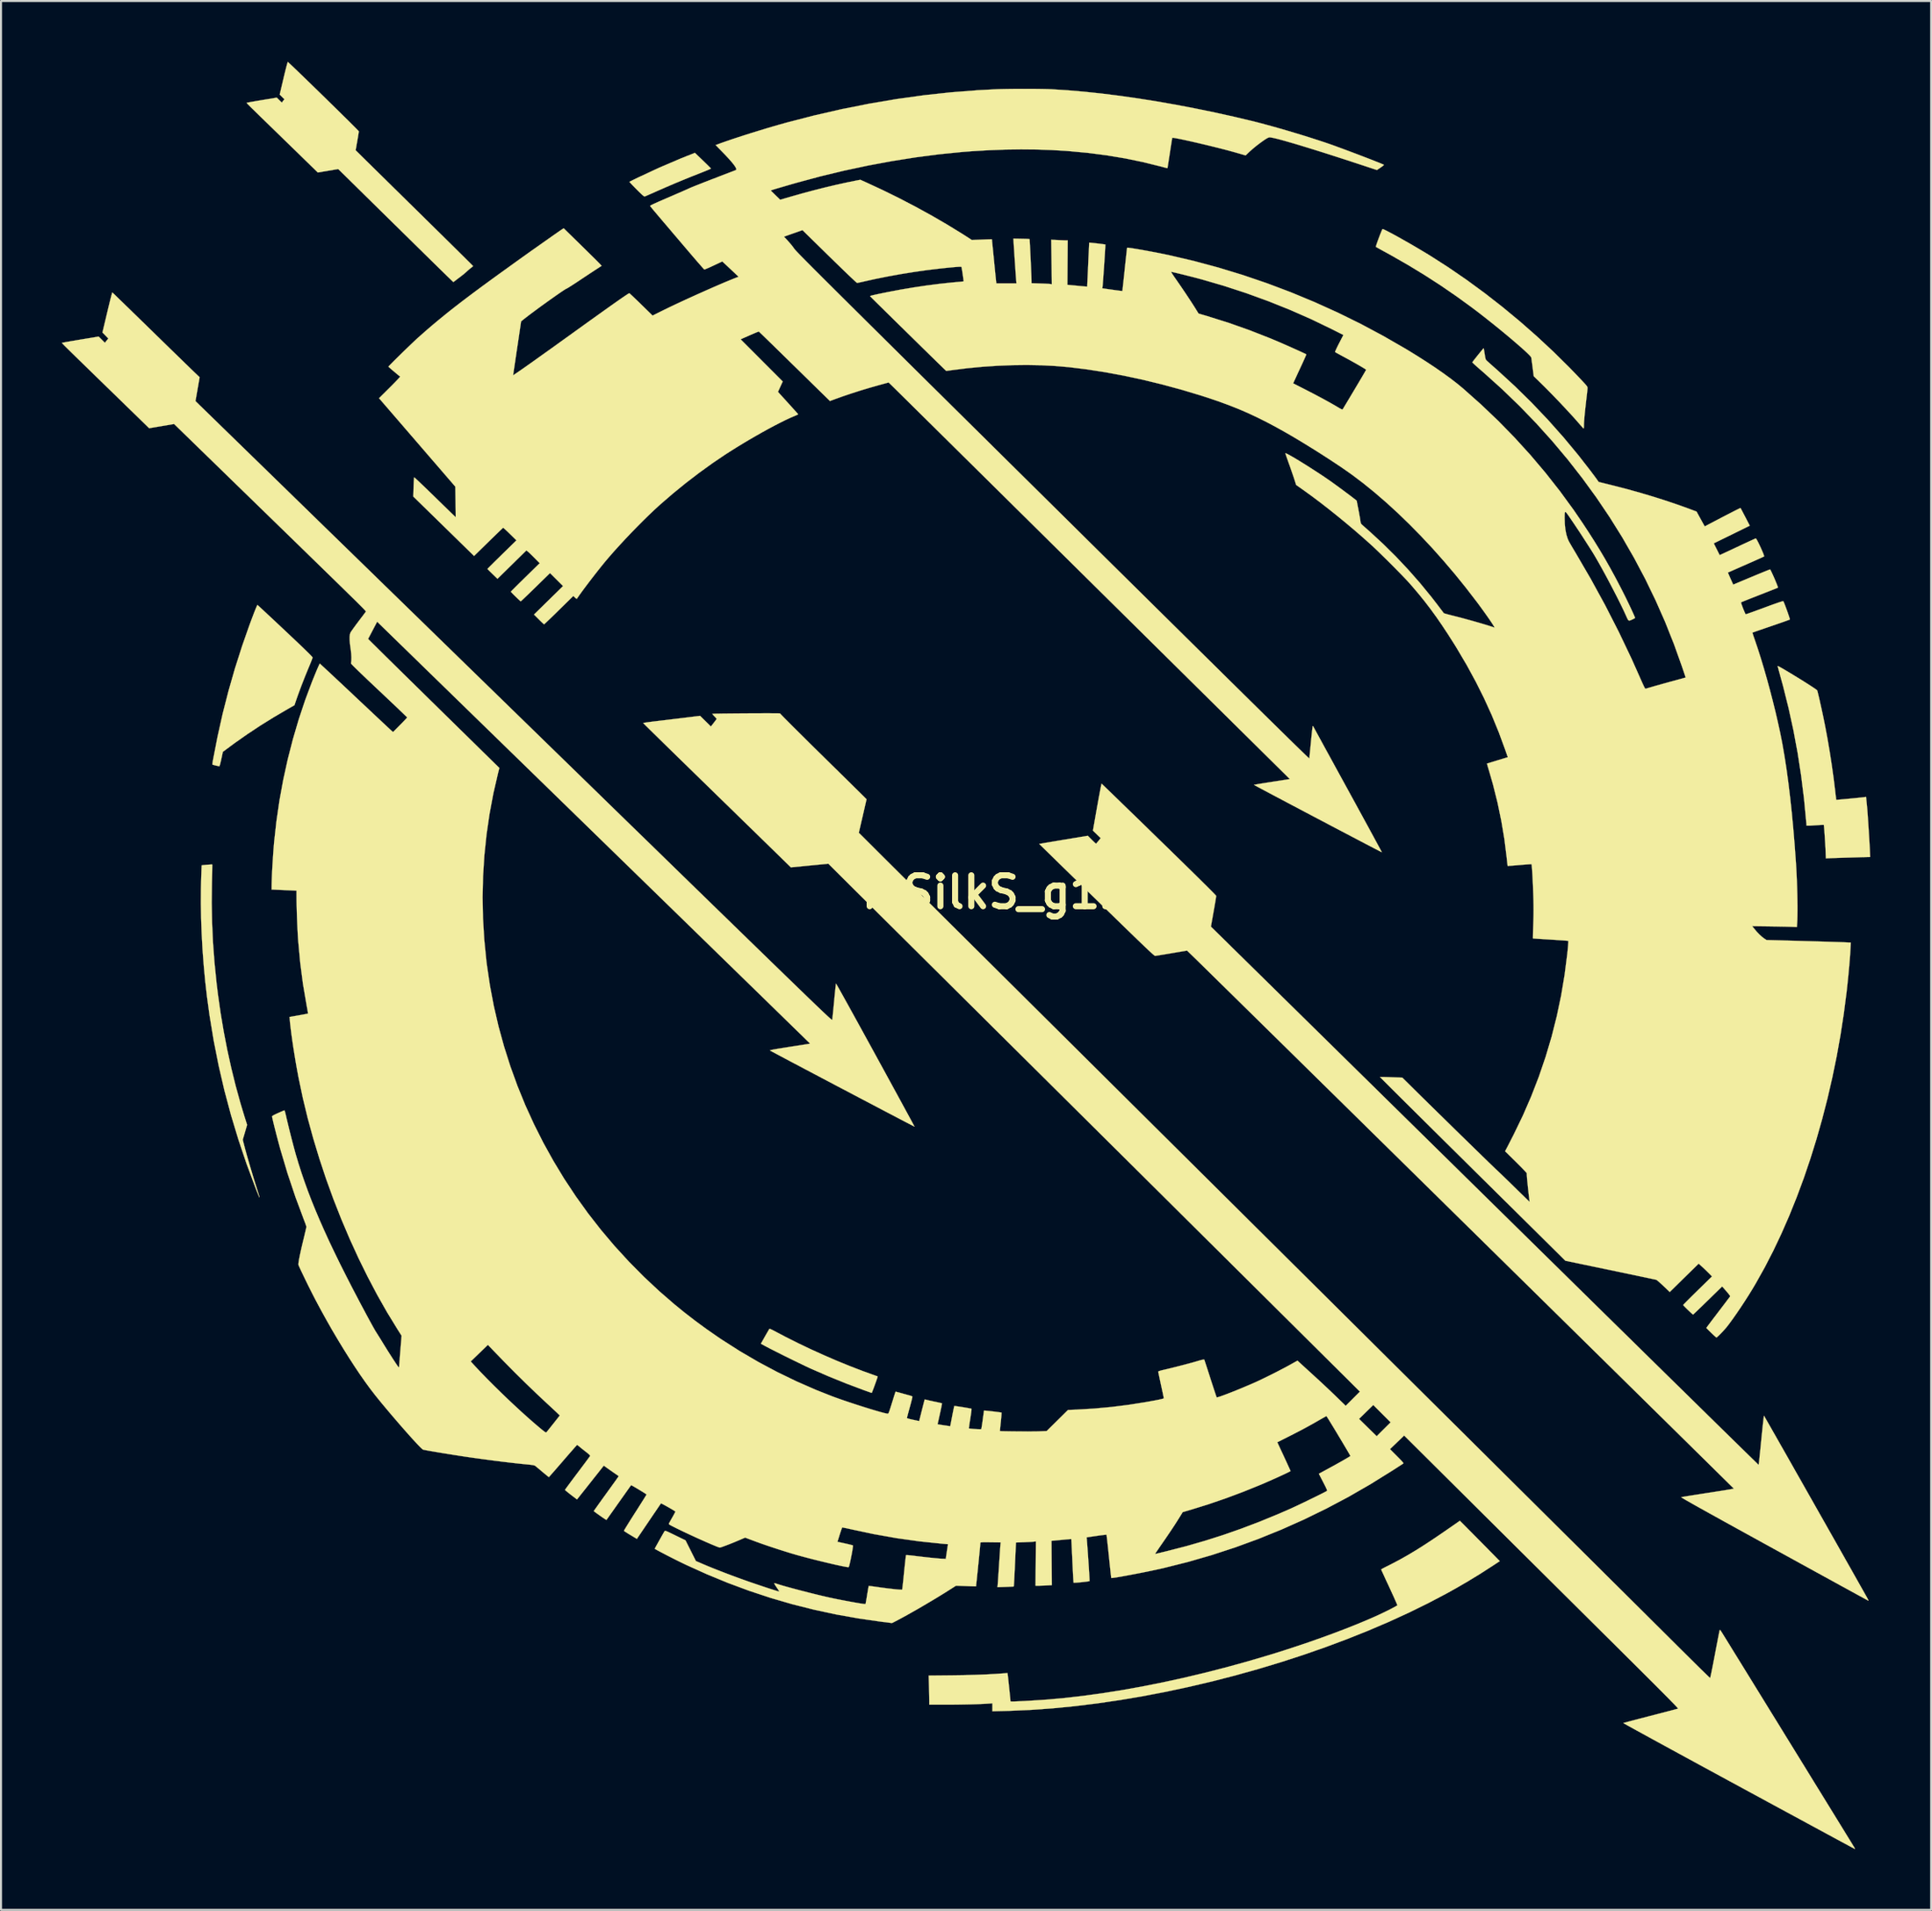
<source format=kicad_pcb>
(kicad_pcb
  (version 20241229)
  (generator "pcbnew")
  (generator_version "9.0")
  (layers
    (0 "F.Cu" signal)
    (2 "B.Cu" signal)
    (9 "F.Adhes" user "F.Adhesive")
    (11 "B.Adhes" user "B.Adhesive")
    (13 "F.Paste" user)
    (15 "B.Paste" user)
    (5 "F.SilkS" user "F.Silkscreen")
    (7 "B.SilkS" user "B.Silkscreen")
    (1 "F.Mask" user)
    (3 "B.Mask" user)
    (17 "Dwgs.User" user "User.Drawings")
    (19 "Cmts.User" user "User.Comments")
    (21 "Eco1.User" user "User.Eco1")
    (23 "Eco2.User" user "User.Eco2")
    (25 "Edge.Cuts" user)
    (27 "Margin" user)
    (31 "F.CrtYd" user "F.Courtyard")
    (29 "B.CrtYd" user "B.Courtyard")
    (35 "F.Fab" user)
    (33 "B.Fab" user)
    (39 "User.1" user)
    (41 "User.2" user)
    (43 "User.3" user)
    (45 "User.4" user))
  (footprint "F.SilkS_g1112"
    (layer "F.Cu")
    (at 47.46 40.931)
    (property "Reference" "F.SilkS_g1112" (at 0 0 0) (layer "F.SilkS") (effects (font (size 1.524 1.524) (thickness 0.3))))
    (attr through_hole)
    (fp_poly (pts (xy -15.878 -36.072) (xy -15.772 -35.969) (xy -15.676 -35.875) (xy -15.595 -35.795) (xy -15.532 -35.732) (xy -15.492 -35.691) (xy -15.48 -35.675) (xy -15.497 -35.662) (xy -15.548 -35.637) (xy -15.629 -35.601) (xy -15.735 -35.557) (xy -15.859 -35.507) (xy -15.986 -35.457) (xy -16.404 -35.292) (xy -16.837 -35.116) (xy -17.273 -34.935) (xy -17.696 -34.754) (xy -18.095 -34.579) (xy -18.161 -34.55) (xy -18.303 -34.486) (xy -18.435 -34.428) (xy -18.55 -34.378) (xy -18.643 -34.338) (xy -18.709 -34.31) (xy -18.742 -34.298) (xy -18.743 -34.297) (xy -18.764 -34.302) (xy -18.799 -34.323) (xy -18.849 -34.363) (xy -18.919 -34.427) (xy -19.011 -34.515) (xy -19.128 -34.632) (xy -19.144 -34.648) (xy -19.244 -34.749) (xy -19.332 -34.84) (xy -19.404 -34.916) (xy -19.457 -34.974) (xy -19.487 -35.01) (xy -19.492 -35.019) (xy -19.471 -35.031) (xy -19.416 -35.059) (xy -19.335 -35.1) (xy -19.231 -35.151) (xy -19.112 -35.209) (xy -19.027 -35.25) (xy -18.016 -35.72) (xy -16.97 -36.167) (xy -16.671 -36.288) (xy -16.271 -36.448) (xy -15.878 -36.072)) (stroke (width 0.01) (type solid)) (fill yes) (layer "F.SilkS"))
    (fp_poly (pts (xy -12.573 21.523) (xy -12.52 21.544) (xy -12.448 21.578) (xy -12.392 21.607) (xy -11.803 21.918) (xy -11.188 22.227) (xy -10.554 22.529) (xy -9.91 22.821) (xy -9.265 23.1) (xy -8.628 23.36) (xy -8.007 23.599) (xy -7.62 23.739) (xy -7.506 23.78) (xy -7.407 23.815) (xy -7.329 23.844) (xy -7.279 23.862) (xy -7.263 23.869) (xy -7.267 23.889) (xy -7.283 23.943) (xy -7.31 24.021) (xy -7.343 24.117) (xy -7.381 24.223) (xy -7.421 24.333) (xy -7.46 24.439) (xy -7.496 24.534) (xy -7.525 24.61) (xy -7.547 24.661) (xy -7.556 24.679) (xy -7.579 24.672) (xy -7.635 24.653) (xy -7.717 24.624) (xy -7.821 24.587) (xy -7.939 24.545) (xy -7.945 24.543) (xy -8.819 24.214) (xy -9.707 23.853) (xy -10.509 23.504) (xy -10.634 23.447) (xy -10.79 23.374) (xy -10.969 23.288) (xy -11.168 23.192) (xy -11.379 23.09) (xy -11.598 22.982) (xy -11.818 22.874) (xy -12.033 22.767) (xy -12.237 22.664) (xy -12.425 22.569) (xy -12.591 22.484) (xy -12.729 22.411) (xy -12.811 22.368) (xy -13.017 22.255) (xy -12.815 21.896) (xy -12.751 21.784) (xy -12.694 21.685) (xy -12.647 21.604) (xy -12.614 21.547) (xy -12.597 21.522) (xy -12.597 21.521) (xy -12.573 21.523)) (stroke (width 0.01) (type solid)) (fill yes) (layer "F.SilkS"))
    (fp_poly (pts (xy -37.808 -14.146) (xy -37.762 -14.105) (xy -37.69 -14.039) (xy -37.594 -13.95) (xy -37.476 -13.841) (xy -37.338 -13.712) (xy -37.183 -13.567) (xy -37.012 -13.408) (xy -36.829 -13.236) (xy -36.635 -13.054) (xy -36.458 -12.887) (xy -36.204 -12.648) (xy -35.98 -12.436) (xy -35.784 -12.25) (xy -35.616 -12.089) (xy -35.475 -11.953) (xy -35.358 -11.839) (xy -35.265 -11.747) (xy -35.195 -11.675) (xy -35.146 -11.622) (xy -35.117 -11.588) (xy -35.107 -11.57) (xy -35.107 -11.569) (xy -35.116 -11.538) (xy -35.139 -11.474) (xy -35.174 -11.383) (xy -35.219 -11.27) (xy -35.272 -11.143) (xy -35.311 -11.049) (xy -35.492 -10.608) (xy -35.665 -10.164) (xy -35.824 -9.733) (xy -35.901 -9.514) (xy -36.002 -9.218) (xy -36.295 -9.052) (xy -37.002 -8.638) (xy -37.672 -8.222) (xy -38.311 -7.799) (xy -38.925 -7.368) (xy -39.137 -7.212) (xy -39.529 -6.921) (xy -39.604 -6.568) (xy -39.63 -6.452) (xy -39.655 -6.351) (xy -39.676 -6.273) (xy -39.692 -6.224) (xy -39.699 -6.211) (xy -39.728 -6.214) (xy -39.786 -6.225) (xy -39.862 -6.242) (xy -39.875 -6.245) (xy -39.951 -6.265) (xy -40.009 -6.282) (xy -40.04 -6.293) (xy -40.041 -6.295) (xy -40.042 -6.319) (xy -40.037 -6.375) (xy -40.025 -6.453) (xy -40.017 -6.502) (xy -39.791 -7.665) (xy -39.537 -8.803) (xy -39.251 -9.922) (xy -38.933 -11.031) (xy -38.58 -12.136) (xy -38.24 -13.107) (xy -38.167 -13.307) (xy -38.097 -13.494) (xy -38.032 -13.666) (xy -37.974 -13.818) (xy -37.922 -13.946) (xy -37.88 -14.048) (xy -37.849 -14.119) (xy -37.83 -14.156) (xy -37.825 -14.161) (xy -37.808 -14.146)) (stroke (width 0.01) (type solid)) (fill yes) (layer "F.SilkS"))
    (fp_poly (pts (xy -40.051 -1.366) (xy -40.05 -1.344) (xy -40.05 -1.284) (xy -40.051 -1.191) (xy -40.053 -1.069) (xy -40.056 -0.922) (xy -40.06 -0.755) (xy -40.064 -0.573) (xy -40.066 -0.484) (xy -40.077 0.509) (xy -40.06 1.49) (xy -40.016 2.468) (xy -39.943 3.453) (xy -39.842 4.454) (xy -39.771 5.037) (xy -39.641 5.948) (xy -39.488 6.861) (xy -39.312 7.77) (xy -39.115 8.666) (xy -38.898 9.543) (xy -38.664 10.394) (xy -38.462 11.062) (xy -38.334 11.467) (xy -38.441 11.834) (xy -38.549 12.201) (xy -38.481 12.466) (xy -38.428 12.668) (xy -38.364 12.902) (xy -38.291 13.158) (xy -38.213 13.429) (xy -38.131 13.706) (xy -38.048 13.981) (xy -37.967 14.244) (xy -37.908 14.433) (xy -37.86 14.584) (xy -37.817 14.722) (xy -37.78 14.841) (xy -37.752 14.937) (xy -37.733 15.005) (xy -37.725 15.038) (xy -37.725 15.041) (xy -37.735 15.025) (xy -37.758 14.975) (xy -37.791 14.896) (xy -37.833 14.793) (xy -37.881 14.673) (xy -37.909 14.6) (xy -38.357 13.398) (xy -38.762 12.194) (xy -39.127 10.987) (xy -39.451 9.774) (xy -39.734 8.553) (xy -39.978 7.322) (xy -40.183 6.079) (xy -40.31 5.154) (xy -40.397 4.395) (xy -40.469 3.621) (xy -40.528 2.841) (xy -40.571 2.063) (xy -40.599 1.294) (xy -40.612 0.544) (xy -40.608 -0.18) (xy -40.599 -0.559) (xy -40.594 -0.734) (xy -40.588 -0.895) (xy -40.583 -1.038) (xy -40.579 -1.157) (xy -40.575 -1.248) (xy -40.572 -1.306) (xy -40.57 -1.326) (xy -40.547 -1.33) (xy -40.493 -1.336) (xy -40.416 -1.343) (xy -40.328 -1.351) (xy -40.237 -1.357) (xy -40.155 -1.363) (xy -40.091 -1.366) (xy -40.055 -1.366) (xy -40.051 -1.366)) (stroke (width 0.01) (type solid)) (fill yes) (layer "F.SilkS"))
    (fp_poly (pts (xy 17.636 -32.686) (xy 17.693 -32.663) (xy 17.78 -32.621) (xy 17.893 -32.564) (xy 18.03 -32.492) (xy 18.186 -32.408) (xy 18.359 -32.313) (xy 18.545 -32.209) (xy 18.741 -32.098) (xy 18.944 -31.982) (xy 19.15 -31.863) (xy 19.356 -31.742) (xy 19.559 -31.621) (xy 19.756 -31.503) (xy 19.943 -31.389) (xy 19.963 -31.376) (xy 20.864 -30.799) (xy 21.76 -30.183) (xy 22.649 -29.532) (xy 23.525 -28.848) (xy 24.385 -28.136) (xy 25.224 -27.399) (xy 26.038 -26.641) (xy 26.823 -25.864) (xy 27.176 -25.499) (xy 27.316 -25.352) (xy 27.429 -25.232) (xy 27.519 -25.136) (xy 27.588 -25.061) (xy 27.639 -25.003) (xy 27.674 -24.959) (xy 27.696 -24.925) (xy 27.709 -24.898) (xy 27.714 -24.876) (xy 27.715 -24.853) (xy 27.714 -24.842) (xy 27.711 -24.795) (xy 27.703 -24.714) (xy 27.692 -24.606) (xy 27.677 -24.479) (xy 27.661 -24.341) (xy 27.656 -24.299) (xy 27.624 -24.02) (xy 27.596 -23.766) (xy 27.573 -23.539) (xy 27.556 -23.344) (xy 27.544 -23.182) (xy 27.538 -23.058) (xy 27.538 -23.015) (xy 27.536 -22.94) (xy 27.531 -22.885) (xy 27.523 -22.861) (xy 27.522 -22.86) (xy 27.504 -22.875) (xy 27.463 -22.918) (xy 27.404 -22.984) (xy 27.331 -23.066) (xy 27.248 -23.162) (xy 27.239 -23.172) (xy 27.129 -23.298) (xy 26.994 -23.449) (xy 26.839 -23.618) (xy 26.668 -23.803) (xy 26.487 -23.996) (xy 26.3 -24.194) (xy 26.112 -24.39) (xy 25.928 -24.58) (xy 25.753 -24.759) (xy 25.592 -24.921) (xy 25.449 -25.062) (xy 25.448 -25.063) (xy 25.065 -25.436) (xy 25.01 -25.868) (xy 24.993 -26.002) (xy 24.976 -26.125) (xy 24.962 -26.229) (xy 24.951 -26.307) (xy 24.944 -26.353) (xy 24.943 -26.357) (xy 24.922 -26.393) (xy 24.87 -26.454) (xy 24.789 -26.536) (xy 24.683 -26.637) (xy 24.553 -26.757) (xy 24.402 -26.891) (xy 24.233 -27.038) (xy 24.048 -27.197) (xy 23.851 -27.364) (xy 23.642 -27.538) (xy 23.425 -27.717) (xy 23.203 -27.898) (xy 22.977 -28.079) (xy 22.751 -28.259) (xy 22.526 -28.435) (xy 22.307 -28.605) (xy 22.094 -28.766) (xy 22.025 -28.818) (xy 21.254 -29.378) (xy 20.478 -29.911) (xy 19.687 -30.422) (xy 18.874 -30.917) (xy 18.03 -31.4) (xy 17.685 -31.59) (xy 17.569 -31.654) (xy 17.465 -31.711) (xy 17.38 -31.759) (xy 17.319 -31.794) (xy 17.288 -31.812) (xy 17.286 -31.814) (xy 17.289 -31.837) (xy 17.305 -31.892) (xy 17.331 -31.972) (xy 17.366 -32.071) (xy 17.406 -32.181) (xy 17.449 -32.295) (xy 17.491 -32.407) (xy 17.532 -32.509) (xy 17.567 -32.595) (xy 17.595 -32.657) (xy 17.612 -32.689) (xy 17.613 -32.69) (xy 17.636 -32.686)) (stroke (width 0.01) (type solid)) (fill yes) (layer "F.SilkS"))
    (fp_poly (pts (xy 37.101 -11.147) (xy 37.15 -11.124) (xy 37.227 -11.082) (xy 37.327 -11.025) (xy 37.447 -10.955) (xy 37.584 -10.874) (xy 37.732 -10.785) (xy 37.888 -10.69) (xy 38.049 -10.591) (xy 38.21 -10.492) (xy 38.367 -10.394) (xy 38.516 -10.299) (xy 38.654 -10.211) (xy 38.776 -10.132) (xy 38.879 -10.063) (xy 38.958 -10.009) (xy 39.01 -9.97) (xy 39.03 -9.95) (xy 39.042 -9.917) (xy 39.06 -9.847) (xy 39.085 -9.745) (xy 39.116 -9.616) (xy 39.151 -9.466) (xy 39.188 -9.298) (xy 39.228 -9.118) (xy 39.269 -8.93) (xy 39.31 -8.74) (xy 39.349 -8.552) (xy 39.386 -8.371) (xy 39.42 -8.202) (xy 39.537 -7.577) (xy 39.648 -6.928) (xy 39.75 -6.27) (xy 39.841 -5.619) (xy 39.918 -4.991) (xy 39.921 -4.964) (xy 39.935 -4.838) (xy 39.948 -4.728) (xy 39.96 -4.64) (xy 39.968 -4.58) (xy 39.973 -4.555) (xy 39.973 -4.555) (xy 39.995 -4.555) (xy 40.052 -4.559) (xy 40.14 -4.567) (xy 40.252 -4.577) (xy 40.382 -4.589) (xy 40.525 -4.602) (xy 40.673 -4.616) (xy 40.822 -4.631) (xy 40.965 -4.645) (xy 41.096 -4.658) (xy 41.209 -4.67) (xy 41.298 -4.68) (xy 41.358 -4.687) (xy 41.373 -4.689) (xy 41.439 -4.7) (xy 41.463 -4.461) (xy 41.474 -4.351) (xy 41.485 -4.243) (xy 41.494 -4.152) (xy 41.498 -4.106) (xy 41.504 -4.034) (xy 41.512 -3.926) (xy 41.522 -3.788) (xy 41.533 -3.625) (xy 41.545 -3.445) (xy 41.557 -3.254) (xy 41.57 -3.056) (xy 41.582 -2.859) (xy 41.594 -2.669) (xy 41.604 -2.491) (xy 41.613 -2.332) (xy 41.621 -2.198) (xy 41.626 -2.095) (xy 41.627 -2.069) (xy 41.641 -1.736) (xy 41.58 -1.736) (xy 41.535 -1.735) (xy 41.454 -1.733) (xy 41.341 -1.73) (xy 41.204 -1.727) (xy 41.048 -1.722) (xy 40.879 -1.717) (xy 40.701 -1.712) (xy 40.522 -1.707) (xy 40.348 -1.702) (xy 40.182 -1.696) (xy 40.033 -1.692) (xy 39.905 -1.687) (xy 39.804 -1.684) (xy 39.77 -1.683) (xy 39.461 -1.67) (xy 39.447 -2.015) (xy 39.442 -2.138) (xy 39.434 -2.277) (xy 39.426 -2.428) (xy 39.416 -2.583) (xy 39.407 -2.738) (xy 39.396 -2.885) (xy 39.387 -3.021) (xy 39.378 -3.138) (xy 39.37 -3.231) (xy 39.363 -3.293) (xy 39.359 -3.32) (xy 39.358 -3.321) (xy 39.335 -3.322) (xy 39.277 -3.321) (xy 39.192 -3.317) (xy 39.087 -3.31) (xy 39.016 -3.305) (xy 38.894 -3.297) (xy 38.78 -3.289) (xy 38.684 -3.284) (xy 38.615 -3.281) (xy 38.595 -3.281) (xy 38.508 -3.281) (xy 38.493 -3.455) (xy 38.382 -4.62) (xy 38.24 -5.759) (xy 38.067 -6.879) (xy 37.861 -7.986) (xy 37.621 -9.083) (xy 37.347 -10.178) (xy 37.209 -10.68) (xy 37.173 -10.812) (xy 37.14 -10.93) (xy 37.114 -11.029) (xy 37.095 -11.102) (xy 37.085 -11.144) (xy 37.084 -11.15) (xy 37.101 -11.147)) (stroke (width 0.01) (type solid)) (fill yes) (layer "F.SilkS"))
    (fp_poly (pts (xy 21.959 31.519) (xy 22.109 31.671) (xy 22.274 31.838) (xy 22.445 32.011) (xy 22.613 32.181) (xy 22.771 32.341) (xy 22.909 32.482) (xy 22.941 32.514) (xy 23.391 32.972) (xy 22.972 33.247) (xy 22.398 33.616) (xy 21.818 33.97) (xy 21.219 34.317) (xy 20.765 34.57) (xy 19.849 35.052) (xy 18.897 35.519) (xy 17.912 35.97) (xy 16.897 36.404) (xy 15.854 36.82) (xy 14.789 37.218) (xy 13.703 37.597) (xy 12.6 37.955) (xy 11.484 38.292) (xy 10.357 38.607) (xy 9.223 38.899) (xy 8.085 39.167) (xy 6.946 39.411) (xy 5.81 39.629) (xy 4.68 39.82) (xy 3.56 39.984) (xy 2.452 40.121) (xy 1.359 40.228) (xy 0.286 40.305) (xy -0.765 40.351) (xy -0.99 40.357) (xy -1.609 40.372) (xy -1.609 39.98) (xy -1.783 39.993) (xy -1.968 40.005) (xy -2.189 40.015) (xy -2.44 40.025) (xy -2.715 40.033) (xy -3.007 40.039) (xy -3.311 40.044) (xy -3.62 40.047) (xy -3.858 40.047) (xy -4.72 40.047) (xy -4.72 39.852) (xy -4.721 39.773) (xy -4.722 39.662) (xy -4.725 39.526) (xy -4.728 39.374) (xy -4.732 39.216) (xy -4.734 39.134) (xy -4.748 38.613) (xy -3.618 38.602) (xy -3.011 38.593) (xy -2.444 38.578) (xy -1.915 38.558) (xy -1.424 38.531) (xy -1.074 38.506) (xy -0.868 38.49) (xy -0.857 38.554) (xy -0.853 38.591) (xy -0.844 38.662) (xy -0.833 38.762) (xy -0.82 38.883) (xy -0.806 39.019) (xy -0.79 39.163) (xy -0.775 39.31) (xy -0.76 39.452) (xy -0.747 39.584) (xy -0.735 39.698) (xy -0.727 39.788) (xy -0.721 39.849) (xy -0.72 39.871) (xy -0.719 39.879) (xy -0.714 39.885) (xy -0.702 39.889) (xy -0.678 39.892) (xy -0.64 39.893) (xy -0.582 39.892) (xy -0.503 39.89) (xy -0.397 39.885) (xy -0.262 39.879) (xy -0.093 39.871) (xy 0.112 39.86) (xy 0.212 39.855) (xy 1.072 39.799) (xy 1.963 39.718) (xy 2.881 39.612) (xy 3.824 39.482) (xy 4.789 39.329) (xy 5.772 39.152) (xy 6.771 38.953) (xy 7.783 38.732) (xy 8.804 38.49) (xy 9.832 38.227) (xy 10.865 37.944) (xy 11.898 37.641) (xy 12.129 37.571) (xy 12.755 37.375) (xy 13.379 37.171) (xy 13.995 36.963) (xy 14.597 36.751) (xy 15.183 36.537) (xy 15.746 36.323) (xy 16.282 36.111) (xy 16.787 35.902) (xy 17.256 35.698) (xy 17.332 35.664) (xy 17.465 35.602) (xy 17.606 35.536) (xy 17.748 35.467) (xy 17.886 35.399) (xy 18.015 35.333) (xy 18.13 35.273) (xy 18.226 35.222) (xy 18.296 35.182) (xy 18.336 35.155) (xy 18.344 35.148) (xy 18.337 35.125) (xy 18.313 35.067) (xy 18.276 34.979) (xy 18.225 34.865) (xy 18.164 34.728) (xy 18.093 34.573) (xy 18.015 34.402) (xy 17.95 34.261) (xy 17.867 34.082) (xy 17.789 33.916) (xy 17.72 33.764) (xy 17.66 33.633) (xy 17.61 33.525) (xy 17.574 33.445) (xy 17.553 33.396) (xy 17.547 33.382) (xy 17.565 33.369) (xy 17.615 33.34) (xy 17.689 33.3) (xy 17.782 33.252) (xy 17.838 33.224) (xy 18.121 33.08) (xy 18.397 32.935) (xy 18.67 32.784) (xy 18.944 32.626) (xy 19.225 32.457) (xy 19.516 32.276) (xy 19.822 32.078) (xy 20.148 31.862) (xy 20.498 31.625) (xy 20.876 31.364) (xy 20.878 31.363) (xy 21.425 30.982) (xy 21.959 31.519)) (stroke (width 0.01) (type solid)) (fill yes) (layer "F.SilkS"))
    (fp_poly (pts (xy -36.309 -40.911) (xy -36.263 -40.869) (xy -36.191 -40.802) (xy -36.095 -40.712) (xy -35.979 -40.601) (xy -35.845 -40.472) (xy -35.694 -40.327) (xy -35.529 -40.167) (xy -35.353 -39.996) (xy -35.168 -39.816) (xy -34.975 -39.629) (xy -34.778 -39.437) (xy -34.578 -39.242) (xy -34.379 -39.047) (xy -34.182 -38.854) (xy -33.989 -38.665) (xy -33.804 -38.483) (xy -33.628 -38.309) (xy -33.463 -38.147) (xy -33.312 -37.998) (xy -33.178 -37.864) (xy -33.062 -37.748) (xy -32.967 -37.652) (xy -32.895 -37.579) (xy -32.848 -37.53) (xy -32.83 -37.508) (xy -32.829 -37.507) (xy -32.833 -37.478) (xy -32.842 -37.413) (xy -32.857 -37.32) (xy -32.876 -37.205) (xy -32.898 -37.074) (xy -32.907 -37.025) (xy -32.986 -36.574) (xy -32.701 -36.292) (xy -32.655 -36.247) (xy -32.581 -36.174) (xy -32.48 -36.074) (xy -32.354 -35.95) (xy -32.205 -35.804) (xy -32.035 -35.636) (xy -31.845 -35.449) (xy -31.637 -35.245) (xy -31.414 -35.025) (xy -31.176 -34.79) (xy -30.925 -34.544) (xy -30.664 -34.287) (xy -30.394 -34.021) (xy -30.116 -33.748) (xy -29.834 -33.47) (xy -29.808 -33.445) (xy -29.53 -33.171) (xy -29.26 -32.905) (xy -29 -32.649) (xy -28.751 -32.404) (xy -28.515 -32.171) (xy -28.293 -31.952) (xy -28.087 -31.749) (xy -27.899 -31.563) (xy -27.73 -31.395) (xy -27.582 -31.248) (xy -27.455 -31.122) (xy -27.352 -31.02) (xy -27.274 -30.942) (xy -27.223 -30.89) (xy -27.201 -30.866) (xy -27.2 -30.865) (xy -27.216 -30.845) (xy -27.256 -30.812) (xy -27.279 -30.794) (xy -27.331 -30.754) (xy -27.402 -30.695) (xy -27.478 -30.628) (xy -27.506 -30.602) (xy -27.597 -30.522) (xy -27.701 -30.436) (xy -27.799 -30.359) (xy -27.813 -30.348) (xy -27.897 -30.285) (xy -27.982 -30.221) (xy -28.051 -30.167) (xy -28.067 -30.155) (xy -28.12 -30.113) (xy -28.159 -30.086) (xy -28.173 -30.079) (xy -28.189 -30.093) (xy -28.233 -30.136) (xy -28.304 -30.204) (xy -28.4 -30.297) (xy -28.519 -30.413) (xy -28.658 -30.549) (xy -28.817 -30.705) (xy -28.993 -30.877) (xy -29.185 -31.065) (xy -29.39 -31.267) (xy -29.607 -31.48) (xy -29.835 -31.704) (xy -30.057 -31.922) (xy -30.315 -32.176) (xy -30.579 -32.436) (xy -30.847 -32.7) (xy -31.115 -32.963) (xy -31.379 -33.223) (xy -31.637 -33.477) (xy -31.885 -33.721) (xy -32.12 -33.952) (xy -32.338 -34.167) (xy -32.537 -34.362) (xy -32.712 -34.535) (xy -32.862 -34.682) (xy -32.887 -34.707) (xy -33.844 -35.649) (xy -34.348 -35.564) (xy -34.851 -35.479) (xy -35.094 -35.717) (xy -35.147 -35.768) (xy -35.227 -35.846) (xy -35.332 -35.949) (xy -35.459 -36.072) (xy -35.605 -36.215) (xy -35.768 -36.374) (xy -35.945 -36.547) (xy -36.134 -36.73) (xy -36.331 -36.922) (xy -36.534 -37.119) (xy -36.671 -37.253) (xy -36.934 -37.509) (xy -37.168 -37.736) (xy -37.375 -37.938) (xy -37.557 -38.115) (xy -37.714 -38.268) (xy -37.85 -38.401) (xy -37.965 -38.514) (xy -38.062 -38.608) (xy -38.141 -38.686) (xy -38.205 -38.749) (xy -38.254 -38.799) (xy -38.292 -38.837) (xy -38.319 -38.865) (xy -38.337 -38.885) (xy -38.348 -38.898) (xy -38.353 -38.906) (xy -38.354 -38.91) (xy -38.353 -38.913) (xy -38.352 -38.913) (xy -38.329 -38.919) (xy -38.27 -38.931) (xy -38.178 -38.948) (xy -38.059 -38.969) (xy -37.917 -38.994) (xy -37.758 -39.021) (xy -37.607 -39.046) (xy -36.873 -39.168) (xy -36.626 -38.924) (xy -36.495 -39.088) (xy -36.611 -39.204) (xy -36.727 -39.32) (xy -36.538 -40.123) (xy -36.496 -40.301) (xy -36.456 -40.464) (xy -36.419 -40.61) (xy -36.387 -40.733) (xy -36.361 -40.83) (xy -36.341 -40.895) (xy -36.329 -40.925) (xy -36.328 -40.926) (xy -36.309 -40.911)) (stroke (width 0.01) (type solid)) (fill yes) (layer "F.SilkS"))
    (fp_poly (pts (xy 3.788 -5.335) (xy 3.834 -5.292) (xy 3.906 -5.222) (xy 4.005 -5.127) (xy 4.128 -5.008) (xy 4.274 -4.867) (xy 4.441 -4.705) (xy 4.627 -4.524) (xy 4.832 -4.325) (xy 5.054 -4.109) (xy 5.292 -3.879) (xy 5.543 -3.635) (xy 5.806 -3.379) (xy 6.08 -3.112) (xy 6.363 -2.836) (xy 6.602 -2.603) (xy 6.966 -2.249) (xy 7.307 -1.915) (xy 7.625 -1.605) (xy 7.919 -1.317) (xy 8.189 -1.052) (xy 8.434 -0.812) (xy 8.652 -0.596) (xy 8.845 -0.405) (xy 9.011 -0.24) (xy 9.149 -0.102) (xy 9.259 0.01) (xy 9.341 0.094) (xy 9.394 0.15) (xy 9.416 0.177) (xy 9.417 0.179) (xy 9.414 0.209) (xy 9.404 0.276) (xy 9.389 0.374) (xy 9.368 0.499) (xy 9.343 0.645) (xy 9.315 0.808) (xy 9.288 0.959) (xy 9.158 1.696) (xy 9.251 1.787) (xy 9.271 1.806) (xy 9.32 1.854) (xy 9.397 1.931) (xy 9.503 2.035) (xy 9.637 2.166) (xy 9.797 2.323) (xy 9.983 2.506) (xy 10.194 2.715) (xy 10.43 2.947) (xy 10.691 3.203) (xy 10.974 3.482) (xy 11.28 3.783) (xy 11.609 4.106) (xy 11.958 4.45) (xy 12.328 4.814) (xy 12.718 5.198) (xy 13.127 5.6) (xy 13.555 6.021) (xy 14.001 6.46) (xy 14.463 6.915) (xy 14.942 7.386) (xy 15.438 7.874) (xy 15.948 8.376) (xy 16.472 8.892) (xy 17.011 9.421) (xy 17.562 9.964) (xy 18.126 10.519) (xy 18.701 11.085) (xy 19.288 11.662) (xy 19.885 12.25) (xy 20.491 12.846) (xy 21.107 13.452) (xy 21.73 14.066) (xy 22.362 14.687) (xy 22.74 15.059) (xy 23.375 15.684) (xy 24.002 16.301) (xy 24.622 16.911) (xy 25.233 17.512) (xy 25.834 18.103) (xy 26.426 18.685) (xy 27.006 19.256) (xy 27.576 19.816) (xy 28.133 20.364) (xy 28.677 20.899) (xy 29.208 21.421) (xy 29.725 21.928) (xy 30.226 22.422) (xy 30.713 22.9) (xy 31.183 23.362) (xy 31.636 23.807) (xy 32.072 24.235) (xy 32.49 24.645) (xy 32.889 25.037) (xy 33.268 25.409) (xy 33.627 25.762) (xy 33.965 26.093) (xy 34.281 26.404) (xy 34.575 26.692) (xy 34.846 26.958) (xy 35.094 27.2) (xy 35.317 27.419) (xy 35.515 27.613) (xy 35.688 27.782) (xy 35.834 27.924) (xy 35.953 28.04) (xy 36.044 28.129) (xy 36.107 28.19) (xy 36.141 28.222) (xy 36.147 28.227) (xy 36.152 28.205) (xy 36.16 28.144) (xy 36.171 28.048) (xy 36.185 27.921) (xy 36.201 27.768) (xy 36.219 27.591) (xy 36.239 27.395) (xy 36.26 27.183) (xy 36.277 27.008) (xy 36.299 26.787) (xy 36.32 26.58) (xy 36.34 26.389) (xy 36.358 26.219) (xy 36.375 26.073) (xy 36.388 25.956) (xy 36.4 25.87) (xy 36.407 25.819) (xy 36.411 25.807) (xy 36.422 25.826) (xy 36.453 25.879) (xy 36.503 25.966) (xy 36.57 26.083) (xy 36.654 26.23) (xy 36.754 26.405) (xy 36.867 26.605) (xy 36.995 26.829) (xy 37.134 27.074) (xy 37.285 27.34) (xy 37.446 27.623) (xy 37.616 27.923) (xy 37.794 28.236) (xy 37.978 28.563) (xy 38.169 28.899) (xy 38.365 29.244) (xy 38.564 29.596) (xy 38.766 29.953) (xy 38.97 30.313) (xy 39.174 30.674) (xy 39.378 31.034) (xy 39.58 31.391) (xy 39.78 31.744) (xy 39.976 32.09) (xy 40.167 32.428) (xy 40.352 32.756) (xy 40.53 33.072) (xy 40.701 33.373) (xy 40.862 33.659) (xy 41.013 33.927) (xy 41.153 34.175) (xy 41.281 34.402) (xy 41.395 34.605) (xy 41.495 34.783) (xy 41.501 34.793) (xy 41.534 34.857) (xy 41.555 34.903) (xy 41.558 34.923) (xy 41.557 34.923) (xy 41.537 34.913) (xy 41.482 34.883) (xy 41.393 34.835) (xy 41.271 34.769) (xy 41.119 34.686) (xy 40.937 34.586) (xy 40.728 34.472) (xy 40.493 34.343) (xy 40.233 34.201) (xy 39.951 34.046) (xy 39.647 33.879) (xy 39.323 33.701) (xy 38.982 33.514) (xy 38.624 33.317) (xy 38.25 33.112) (xy 37.864 32.899) (xy 37.466 32.68) (xy 37.057 32.456) (xy 36.918 32.379) (xy 36.398 32.093) (xy 35.915 31.827) (xy 35.467 31.58) (xy 35.053 31.352) (xy 34.673 31.142) (xy 34.325 30.949) (xy 34.009 30.774) (xy 33.723 30.616) (xy 33.467 30.473) (xy 33.24 30.346) (xy 33.04 30.235) (xy 32.868 30.138) (xy 32.721 30.054) (xy 32.6 29.985) (xy 32.502 29.928) (xy 32.428 29.884) (xy 32.376 29.852) (xy 32.345 29.831) (xy 32.335 29.821) (xy 32.335 29.82) (xy 32.363 29.814) (xy 32.428 29.803) (xy 32.528 29.786) (xy 32.659 29.764) (xy 32.816 29.739) (xy 32.997 29.71) (xy 33.197 29.679) (xy 33.413 29.645) (xy 33.641 29.61) (xy 33.65 29.609) (xy 33.876 29.574) (xy 34.09 29.54) (xy 34.288 29.509) (xy 34.465 29.481) (xy 34.619 29.455) (xy 34.745 29.434) (xy 34.841 29.417) (xy 34.902 29.405) (xy 34.925 29.399) (xy 34.925 29.399) (xy 34.91 29.384) (xy 34.866 29.34) (xy 34.793 29.267) (xy 34.692 29.168) (xy 34.565 29.042) (xy 34.412 28.891) (xy 34.233 28.715) (xy 34.03 28.514) (xy 33.804 28.291) (xy 33.555 28.045) (xy 33.283 27.778) (xy 32.991 27.49) (xy 32.679 27.182) (xy 32.347 26.855) (xy 31.997 26.51) (xy 31.629 26.147) (xy 31.244 25.768) (xy 30.843 25.373) (xy 30.427 24.963) (xy 29.996 24.538) (xy 29.552 24.101) (xy 29.095 23.651) (xy 28.626 23.189) (xy 28.146 22.716) (xy 27.655 22.233) (xy 27.156 21.741) (xy 26.647 21.24) (xy 26.131 20.732) (xy 25.608 20.217) (xy 25.079 19.695) (xy 24.544 19.169) (xy 24.005 18.638) (xy 23.463 18.104) (xy 22.917 17.567) (xy 22.37 17.028) (xy 21.821 16.488) (xy 21.272 15.948) (xy 20.724 15.408) (xy 20.177 14.869) (xy 19.632 14.333) (xy 19.09 13.799) (xy 18.552 13.27) (xy 18.019 12.745) (xy 17.491 12.225) (xy 16.969 11.712) (xy 16.455 11.205) (xy 15.949 10.707) (xy 15.451 10.217) (xy 14.963 9.737) (xy 14.485 9.267) (xy 14.019 8.808) (xy 13.565 8.361) (xy 13.124 7.927) (xy 12.696 7.506) (xy 12.284 7.1) (xy 11.886 6.709) (xy 11.505 6.334) (xy 11.141 5.976) (xy 10.795 5.636) (xy 10.468 5.314) (xy 10.16 5.011) (xy 9.873 4.729) (xy 9.606 4.467) (xy 9.362 4.227) (xy 9.141 4.01) (xy 8.944 3.816) (xy 8.771 3.646) (xy 8.624 3.502) (xy 8.503 3.383) (xy 8.408 3.29) (xy 8.342 3.226) (xy 8.316 3.201) (xy 7.982 2.877) (xy 7.224 3.004) (xy 7.048 3.034) (xy 6.884 3.061) (xy 6.736 3.085) (xy 6.61 3.106) (xy 6.51 3.122) (xy 6.442 3.133) (xy 6.412 3.137) (xy 6.402 3.135) (xy 6.385 3.125) (xy 6.361 3.107) (xy 6.327 3.08) (xy 6.282 3.042) (xy 6.226 2.991) (xy 6.158 2.928) (xy 6.074 2.851) (xy 5.976 2.758) (xy 5.861 2.648) (xy 5.728 2.521) (xy 5.575 2.374) (xy 5.403 2.208) (xy 5.209 2.02) (xy 4.992 1.809) (xy 4.751 1.575) (xy 4.484 1.316) (xy 4.192 1.031) (xy 3.871 0.718) (xy 3.528 0.384) (xy 3.238 0.101) (xy 2.955 -0.175) (xy 2.683 -0.441) (xy 2.421 -0.696) (xy 2.173 -0.938) (xy 1.938 -1.167) (xy 1.719 -1.381) (xy 1.518 -1.578) (xy 1.335 -1.757) (xy 1.172 -1.916) (xy 1.03 -2.055) (xy 0.912 -2.171) (xy 0.818 -2.263) (xy 0.75 -2.329) (xy 0.71 -2.369) (xy 0.699 -2.38) (xy 0.719 -2.385) (xy 0.777 -2.395) (xy 0.87 -2.411) (xy 0.993 -2.433) (xy 1.144 -2.458) (xy 1.317 -2.487) (xy 1.511 -2.52) (xy 1.72 -2.555) (xy 1.894 -2.584) (xy 3.09 -2.783) (xy 3.286 -2.587) (xy 3.36 -2.515) (xy 3.423 -2.454) (xy 3.47 -2.412) (xy 3.493 -2.392) (xy 3.494 -2.392) (xy 3.512 -2.407) (xy 3.549 -2.448) (xy 3.598 -2.507) (xy 3.616 -2.529) (xy 3.727 -2.667) (xy 3.344 -3.037) (xy 3.549 -4.197) (xy 3.588 -4.412) (xy 3.624 -4.614) (xy 3.659 -4.799) (xy 3.69 -4.964) (xy 3.717 -5.104) (xy 3.739 -5.217) (xy 3.757 -5.297) (xy 3.768 -5.342) (xy 3.771 -5.35) (xy 3.788 -5.335)) (stroke (width 0.01) (type solid)) (fill yes) (layer "F.SilkS"))
    (fp_poly (pts (xy 0.247 -39.601) (xy 0.503 -39.6) (xy 0.743 -39.597) (xy 0.961 -39.593) (xy 1.151 -39.588) (xy 1.305 -39.581) (xy 1.312 -39.581) (xy 2.104 -39.53) (xy 2.929 -39.459) (xy 3.784 -39.368) (xy 4.665 -39.258) (xy 5.568 -39.129) (xy 6.49 -38.982) (xy 7.427 -38.818) (xy 8.375 -38.637) (xy 9.332 -38.44) (xy 10.293 -38.227) (xy 11.144 -38.025) (xy 11.456 -37.947) (xy 11.796 -37.857) (xy 12.159 -37.758) (xy 12.537 -37.651) (xy 12.925 -37.539) (xy 13.315 -37.422) (xy 13.701 -37.305) (xy 14.077 -37.187) (xy 14.437 -37.071) (xy 14.773 -36.96) (xy 15.079 -36.855) (xy 15.282 -36.782) (xy 15.499 -36.702) (xy 15.723 -36.619) (xy 15.951 -36.534) (xy 16.178 -36.449) (xy 16.403 -36.364) (xy 16.62 -36.281) (xy 16.827 -36.201) (xy 17.02 -36.127) (xy 17.195 -36.058) (xy 17.349 -35.997) (xy 17.478 -35.946) (xy 17.578 -35.904) (xy 17.646 -35.875) (xy 17.679 -35.858) (xy 17.68 -35.857) (xy 17.671 -35.84) (xy 17.633 -35.805) (xy 17.572 -35.759) (xy 17.518 -35.721) (xy 17.338 -35.6) (xy 16.432 -35.899) (xy 15.96 -36.054) (xy 15.507 -36.201) (xy 15.075 -36.34) (xy 14.665 -36.471) (xy 14.279 -36.592) (xy 13.918 -36.704) (xy 13.585 -36.806) (xy 13.279 -36.898) (xy 13.003 -36.978) (xy 12.758 -37.048) (xy 12.546 -37.106) (xy 12.368 -37.151) (xy 12.226 -37.184) (xy 12.12 -37.204) (xy 12.055 -37.211) (xy 12.009 -37.204) (xy 11.952 -37.181) (xy 11.876 -37.137) (xy 11.777 -37.073) (xy 11.593 -36.941) (xy 11.403 -36.797) (xy 11.222 -36.648) (xy 11.062 -36.506) (xy 11.018 -36.464) (xy 10.869 -36.32) (xy 10.393 -36.458) (xy 10.224 -36.505) (xy 10.035 -36.557) (xy 9.83 -36.611) (xy 9.611 -36.667) (xy 9.384 -36.724) (xy 9.15 -36.782) (xy 8.915 -36.839) (xy 8.682 -36.894) (xy 8.454 -36.948) (xy 8.235 -36.998) (xy 8.029 -37.044) (xy 7.84 -37.085) (xy 7.671 -37.121) (xy 7.525 -37.15) (xy 7.407 -37.172) (xy 7.319 -37.186) (xy 7.267 -37.19) (xy 7.253 -37.188) (xy 7.248 -37.166) (xy 7.238 -37.106) (xy 7.223 -37.015) (xy 7.204 -36.896) (xy 7.182 -36.754) (xy 7.157 -36.594) (xy 7.134 -36.438) (xy 7.107 -36.267) (xy 7.083 -36.109) (xy 7.061 -35.969) (xy 7.043 -35.853) (xy 7.029 -35.765) (xy 7.02 -35.71) (xy 7.017 -35.692) (xy 6.996 -35.695) (xy 6.941 -35.708) (xy 6.86 -35.728) (xy 6.76 -35.755) (xy 6.697 -35.772) (xy 5.831 -35.987) (xy 4.944 -36.171) (xy 4.034 -36.323) (xy 3.098 -36.445) (xy 2.135 -36.535) (xy 2.032 -36.543) (xy 1.315 -36.585) (xy 0.568 -36.61) (xy -0.202 -36.617) (xy -0.986 -36.606) (xy -1.777 -36.577) (xy -2.566 -36.531) (xy -3.09 -36.491) (xy -4.229 -36.376) (xy -5.385 -36.226) (xy -6.553 -36.041) (xy -7.728 -35.823) (xy -8.906 -35.572) (xy -10.081 -35.289) (xy -11.249 -34.974) (xy -11.525 -34.895) (xy -11.755 -34.828) (xy -11.947 -34.772) (xy -12.105 -34.726) (xy -12.232 -34.689) (xy -12.332 -34.659) (xy -12.407 -34.636) (xy -12.46 -34.618) (xy -12.495 -34.606) (xy -12.516 -34.597) (xy -12.525 -34.591) (xy -12.526 -34.587) (xy -12.509 -34.569) (xy -12.468 -34.527) (xy -12.407 -34.467) (xy -12.332 -34.393) (xy -12.293 -34.355) (xy -12.066 -34.135) (xy -11.584 -34.275) (xy -11.01 -34.438) (xy -10.438 -34.592) (xy -9.875 -34.735) (xy -9.329 -34.865) (xy -8.806 -34.981) (xy -8.314 -35.081) (xy -8.297 -35.084) (xy -8.117 -35.119) (xy -7.789 -34.971) (xy -6.993 -34.601) (xy -6.193 -34.207) (xy -5.398 -33.792) (xy -4.615 -33.362) (xy -3.854 -32.92) (xy -3.124 -32.473) (xy -2.829 -32.285) (xy -2.621 -32.15) (xy -2.131 -32.17) (xy -1.991 -32.175) (xy -1.867 -32.18) (xy -1.764 -32.183) (xy -1.688 -32.186) (xy -1.645 -32.187) (xy -1.637 -32.186) (xy -1.634 -32.166) (xy -1.628 -32.107) (xy -1.618 -32.014) (xy -1.606 -31.891) (xy -1.591 -31.743) (xy -1.574 -31.573) (xy -1.555 -31.386) (xy -1.536 -31.189) (xy -1.516 -30.985) (xy -1.497 -30.791) (xy -1.479 -30.612) (xy -1.463 -30.453) (xy -1.449 -30.318) (xy -1.438 -30.211) (xy -1.43 -30.138) (xy -1.426 -30.104) (xy -1.413 -30.014) (xy -0.423 -30.014) (xy -0.434 -30.125) (xy -0.438 -30.169) (xy -0.444 -30.249) (xy -0.452 -30.359) (xy -0.462 -30.494) (xy -0.473 -30.649) (xy -0.484 -30.819) (xy -0.496 -30.998) (xy -0.509 -31.181) (xy -0.521 -31.364) (xy -0.532 -31.54) (xy -0.543 -31.704) (xy -0.553 -31.852) (xy -0.561 -31.978) (xy -0.567 -32.077) (xy -0.57 -32.144) (xy -0.572 -32.172) (xy -0.572 -32.219) (xy -0.182 -32.212) (xy -0.057 -32.209) (xy 0.052 -32.206) (xy 0.139 -32.202) (xy 0.197 -32.198) (xy 0.22 -32.194) (xy 0.222 -32.171) (xy 0.227 -32.112) (xy 0.232 -32.02) (xy 0.239 -31.9) (xy 0.247 -31.758) (xy 0.255 -31.598) (xy 0.263 -31.426) (xy 0.272 -31.246) (xy 0.28 -31.064) (xy 0.289 -30.884) (xy 0.296 -30.71) (xy 0.303 -30.549) (xy 0.309 -30.405) (xy 0.313 -30.283) (xy 0.316 -30.188) (xy 0.317 -30.125) (xy 0.318 -30.119) (xy 0.318 -30.021) (xy 0.767 -30.006) (xy 0.904 -30.001) (xy 1.029 -29.995) (xy 1.135 -29.99) (xy 1.215 -29.984) (xy 1.262 -29.979) (xy 1.268 -29.978) (xy 1.319 -29.966) (xy 1.304 -31.064) (xy 1.289 -32.163) (xy 1.57 -32.149) (xy 1.689 -32.144) (xy 1.804 -32.139) (xy 1.904 -32.135) (xy 1.975 -32.133) (xy 1.976 -32.133) (xy 2.101 -32.131) (xy 2.093 -31.036) (xy 2.085 -29.941) (xy 2.571 -29.895) (xy 2.71 -29.882) (xy 2.833 -29.87) (xy 2.935 -29.861) (xy 3.011 -29.855) (xy 3.053 -29.852) (xy 3.06 -29.852) (xy 3.062 -29.873) (xy 3.065 -29.933) (xy 3.069 -30.026) (xy 3.075 -30.151) (xy 3.082 -30.301) (xy 3.09 -30.474) (xy 3.099 -30.666) (xy 3.108 -30.871) (xy 3.111 -30.935) (xy 3.12 -31.144) (xy 3.129 -31.341) (xy 3.138 -31.52) (xy 3.145 -31.677) (xy 3.151 -31.81) (xy 3.156 -31.913) (xy 3.16 -31.984) (xy 3.162 -32.017) (xy 3.163 -32.019) (xy 3.184 -32.019) (xy 3.239 -32.014) (xy 3.321 -32.006) (xy 3.42 -31.995) (xy 3.53 -31.983) (xy 3.641 -31.97) (xy 3.747 -31.957) (xy 3.839 -31.945) (xy 3.909 -31.936) (xy 3.95 -31.929) (xy 3.956 -31.928) (xy 3.957 -31.906) (xy 3.954 -31.847) (xy 3.949 -31.755) (xy 3.942 -31.636) (xy 3.934 -31.495) (xy 3.924 -31.336) (xy 3.913 -31.164) (xy 3.901 -30.985) (xy 3.889 -30.804) (xy 3.876 -30.624) (xy 3.864 -30.452) (xy 3.853 -30.292) (xy 3.842 -30.148) (xy 3.833 -30.027) (xy 3.826 -29.933) (xy 3.82 -29.871) (xy 3.818 -29.854) (xy 3.806 -29.768) (xy 4.296 -29.698) (xy 4.435 -29.679) (xy 4.559 -29.662) (xy 4.663 -29.649) (xy 4.74 -29.64) (xy 4.785 -29.636) (xy 4.793 -29.636) (xy 4.797 -29.658) (xy 4.805 -29.718) (xy 4.815 -29.812) (xy 4.829 -29.936) (xy 4.846 -30.087) (xy 4.864 -30.259) (xy 4.885 -30.449) (xy 4.899 -30.582) (xy 7.198 -30.582) (xy 7.204 -30.563) (xy 7.232 -30.516) (xy 7.277 -30.445) (xy 7.337 -30.356) (xy 7.407 -30.254) (xy 7.412 -30.247) (xy 7.543 -30.058) (xy 7.682 -29.856) (xy 7.823 -29.648) (xy 7.962 -29.441) (xy 8.093 -29.243) (xy 8.213 -29.059) (xy 8.317 -28.898) (xy 8.379 -28.799) (xy 8.548 -28.526) (xy 8.957 -28.405) (xy 10.013 -28.074) (xy 11.052 -27.707) (xy 12.083 -27.303) (xy 12.457 -27.146) (xy 12.585 -27.091) (xy 12.728 -27.028) (xy 12.881 -26.961) (xy 13.038 -26.892) (xy 13.194 -26.822) (xy 13.345 -26.754) (xy 13.485 -26.69) (xy 13.61 -26.633) (xy 13.715 -26.584) (xy 13.795 -26.547) (xy 13.844 -26.522) (xy 13.858 -26.514) (xy 13.852 -26.493) (xy 13.83 -26.439) (xy 13.794 -26.356) (xy 13.746 -26.249) (xy 13.689 -26.122) (xy 13.624 -25.981) (xy 13.598 -25.926) (xy 13.527 -25.773) (xy 13.459 -25.627) (xy 13.397 -25.492) (xy 13.344 -25.376) (xy 13.302 -25.285) (xy 13.274 -25.224) (xy 13.27 -25.216) (xy 13.211 -25.085) (xy 13.85 -24.758) (xy 14.257 -24.548) (xy 14.631 -24.349) (xy 14.97 -24.163) (xy 15.273 -23.991) (xy 15.42 -23.904) (xy 15.512 -23.85) (xy 15.575 -23.817) (xy 15.615 -23.8) (xy 15.639 -23.799) (xy 15.654 -23.81) (xy 15.655 -23.811) (xy 15.67 -23.835) (xy 15.704 -23.892) (xy 15.756 -23.979) (xy 15.824 -24.091) (xy 15.904 -24.225) (xy 15.996 -24.378) (xy 16.096 -24.546) (xy 16.203 -24.726) (xy 16.242 -24.791) (xy 16.35 -24.973) (xy 16.452 -25.144) (xy 16.545 -25.301) (xy 16.627 -25.44) (xy 16.696 -25.558) (xy 16.75 -25.652) (xy 16.787 -25.717) (xy 16.805 -25.75) (xy 16.806 -25.754) (xy 16.788 -25.77) (xy 16.737 -25.805) (xy 16.657 -25.854) (xy 16.552 -25.917) (xy 16.427 -25.99) (xy 16.286 -26.071) (xy 16.132 -26.157) (xy 15.97 -26.247) (xy 15.804 -26.337) (xy 15.716 -26.385) (xy 15.594 -26.451) (xy 15.484 -26.511) (xy 15.392 -26.561) (xy 15.323 -26.6) (xy 15.283 -26.623) (xy 15.276 -26.627) (xy 15.28 -26.65) (xy 15.302 -26.704) (xy 15.338 -26.785) (xy 15.386 -26.886) (xy 15.444 -27.002) (xy 15.472 -27.056) (xy 15.686 -27.469) (xy 15.119 -27.755) (xy 14.103 -28.246) (xy 13.059 -28.706) (xy 11.991 -29.134) (xy 10.902 -29.53) (xy 9.795 -29.892) (xy 8.721 -30.205) (xy 8.587 -30.241) (xy 8.437 -30.281) (xy 8.276 -30.323) (xy 8.11 -30.365) (xy 7.943 -30.407) (xy 7.781 -30.448) (xy 7.629 -30.485) (xy 7.492 -30.518) (xy 7.375 -30.546) (xy 7.283 -30.566) (xy 7.223 -30.579) (xy 7.198 -30.582) (xy 7.198 -30.582) (xy 4.899 -30.582) (xy 4.906 -30.654) (xy 4.911 -30.702) (xy 4.933 -30.909) (xy 4.954 -31.103) (xy 4.973 -31.28) (xy 4.99 -31.436) (xy 5.004 -31.566) (xy 5.016 -31.668) (xy 5.024 -31.736) (xy 5.029 -31.768) (xy 5.029 -31.769) (xy 5.055 -31.771) (xy 5.117 -31.765) (xy 5.213 -31.752) (xy 5.337 -31.734) (xy 5.486 -31.709) (xy 5.654 -31.681) (xy 5.839 -31.648) (xy 6.035 -31.612) (xy 6.238 -31.574) (xy 6.445 -31.535) (xy 6.65 -31.494) (xy 6.85 -31.454) (xy 7.04 -31.414) (xy 7.112 -31.399) (xy 8.325 -31.115) (xy 9.532 -30.79) (xy 10.731 -30.424) (xy 11.92 -30.019) (xy 13.097 -29.575) (xy 14.26 -29.092) (xy 15.408 -28.573) (xy 16.537 -28.017) (xy 17.645 -27.425) (xy 18.732 -26.799) (xy 18.87 -26.716) (xy 19.344 -26.424) (xy 19.794 -26.137) (xy 20.217 -25.856) (xy 20.609 -25.583) (xy 20.97 -25.32) (xy 21.295 -25.069) (xy 21.584 -24.83) (xy 21.59 -24.825) (xy 22.472 -24.04) (xy 23.319 -23.232) (xy 24.13 -22.401) (xy 24.907 -21.547) (xy 25.65 -20.668) (xy 26.36 -19.764) (xy 27.038 -18.834) (xy 27.469 -18.203) (xy 27.77 -17.744) (xy 28.05 -17.305) (xy 28.314 -16.876) (xy 28.568 -16.447) (xy 28.816 -16.011) (xy 29.064 -15.556) (xy 29.317 -15.075) (xy 29.423 -14.87) (xy 29.492 -14.733) (xy 29.566 -14.585) (xy 29.642 -14.43) (xy 29.718 -14.272) (xy 29.792 -14.118) (xy 29.861 -13.971) (xy 29.923 -13.837) (xy 29.976 -13.721) (xy 30.018 -13.627) (xy 30.045 -13.561) (xy 30.057 -13.527) (xy 30.057 -13.525) (xy 30.039 -13.506) (xy 29.992 -13.478) (xy 29.936 -13.451) (xy 29.859 -13.416) (xy 29.803 -13.395) (xy 29.762 -13.391) (xy 29.729 -13.408) (xy 29.698 -13.451) (xy 29.662 -13.522) (xy 29.616 -13.626) (xy 29.602 -13.657) (xy 29.51 -13.858) (xy 29.401 -14.086) (xy 29.278 -14.336) (xy 29.144 -14.601) (xy 29.002 -14.878) (xy 28.855 -15.16) (xy 28.706 -15.441) (xy 28.557 -15.718) (xy 28.411 -15.984) (xy 28.272 -16.233) (xy 28.141 -16.461) (xy 28.023 -16.662) (xy 27.919 -16.831) (xy 27.908 -16.849) (xy 27.736 -17.117) (xy 27.584 -17.354) (xy 27.446 -17.568) (xy 27.319 -17.762) (xy 27.199 -17.942) (xy 27.083 -18.116) (xy 26.968 -18.287) (xy 26.947 -18.317) (xy 26.845 -18.467) (xy 26.764 -18.585) (xy 26.702 -18.669) (xy 26.657 -18.722) (xy 26.626 -18.745) (xy 26.606 -18.738) (xy 26.595 -18.702) (xy 26.59 -18.639) (xy 26.588 -18.549) (xy 26.587 -18.454) (xy 26.595 -18.157) (xy 26.623 -17.884) (xy 26.671 -17.638) (xy 26.738 -17.424) (xy 26.789 -17.308) (xy 26.816 -17.259) (xy 26.86 -17.181) (xy 26.919 -17.079) (xy 26.989 -16.96) (xy 27.066 -16.831) (xy 27.125 -16.732) (xy 27.877 -15.441) (xy 28.589 -14.138) (xy 29.26 -12.823) (xy 29.891 -11.497) (xy 30.345 -10.477) (xy 30.417 -10.314) (xy 30.476 -10.186) (xy 30.521 -10.096) (xy 30.553 -10.043) (xy 30.569 -10.03) (xy 30.597 -10.037) (xy 30.659 -10.055) (xy 30.748 -10.081) (xy 30.858 -10.112) (xy 30.98 -10.148) (xy 30.988 -10.15) (xy 31.134 -10.192) (xy 31.306 -10.24) (xy 31.491 -10.292) (xy 31.676 -10.343) (xy 31.845 -10.39) (xy 31.856 -10.392) (xy 31.999 -10.431) (xy 32.134 -10.468) (xy 32.255 -10.501) (xy 32.354 -10.528) (xy 32.422 -10.547) (xy 32.442 -10.553) (xy 32.552 -10.584) (xy 32.363 -11.144) (xy 31.969 -12.245) (xy 31.537 -13.33) (xy 31.065 -14.398) (xy 30.557 -15.448) (xy 30.01 -16.48) (xy 29.428 -17.492) (xy 28.809 -18.484) (xy 28.154 -19.455) (xy 27.464 -20.404) (xy 26.74 -21.331) (xy 25.982 -22.234) (xy 25.191 -23.113) (xy 24.367 -23.966) (xy 23.51 -24.794) (xy 22.622 -25.595) (xy 22.462 -25.733) (xy 22.349 -25.832) (xy 22.247 -25.922) (xy 22.161 -25.999) (xy 22.095 -26.061) (xy 22.053 -26.103) (xy 22.039 -26.121) (xy 22.039 -26.121) (xy 22.054 -26.145) (xy 22.091 -26.194) (xy 22.144 -26.263) (xy 22.209 -26.345) (xy 22.28 -26.435) (xy 22.355 -26.528) (xy 22.426 -26.616) (xy 22.491 -26.695) (xy 22.544 -26.758) (xy 22.58 -26.8) (xy 22.596 -26.814) (xy 22.596 -26.814) (xy 22.602 -26.791) (xy 22.613 -26.735) (xy 22.627 -26.652) (xy 22.643 -26.552) (xy 22.647 -26.532) (xy 22.664 -26.42) (xy 22.679 -26.341) (xy 22.693 -26.287) (xy 22.71 -26.249) (xy 22.733 -26.22) (xy 22.764 -26.189) (xy 22.77 -26.183) (xy 22.808 -26.15) (xy 22.872 -26.092) (xy 22.957 -26.016) (xy 23.059 -25.925) (xy 23.173 -25.824) (xy 23.293 -25.718) (xy 23.295 -25.716) (xy 24.141 -24.939) (xy 24.963 -24.13) (xy 25.76 -23.292) (xy 26.526 -22.43) (xy 27.259 -21.548) (xy 27.868 -20.765) (xy 27.955 -20.648) (xy 28.037 -20.539) (xy 28.108 -20.443) (xy 28.165 -20.365) (xy 28.202 -20.313) (xy 28.212 -20.299) (xy 28.262 -20.225) (xy 28.963 -20.051) (xy 29.629 -19.88) (xy 30.297 -19.694) (xy 30.959 -19.497) (xy 31.604 -19.292) (xy 32.224 -19.081) (xy 32.667 -18.921) (xy 33.087 -18.764) (xy 33.288 -18.398) (xy 33.49 -18.032) (xy 33.747 -18.168) (xy 34.042 -18.322) (xy 34.307 -18.461) (xy 34.541 -18.583) (xy 34.744 -18.687) (xy 34.914 -18.775) (xy 35.051 -18.844) (xy 35.154 -18.895) (xy 35.221 -18.927) (xy 35.253 -18.939) (xy 35.255 -18.939) (xy 35.266 -18.919) (xy 35.293 -18.868) (xy 35.333 -18.793) (xy 35.382 -18.699) (xy 35.437 -18.594) (xy 35.495 -18.484) (xy 35.551 -18.375) (xy 35.604 -18.273) (xy 35.649 -18.185) (xy 35.684 -18.118) (xy 35.704 -18.077) (xy 35.708 -18.068) (xy 35.689 -18.058) (xy 35.637 -18.032) (xy 35.553 -17.991) (xy 35.443 -17.937) (xy 35.31 -17.871) (xy 35.157 -17.796) (xy 34.989 -17.714) (xy 34.822 -17.632) (xy 33.936 -17.198) (xy 34.081 -16.908) (xy 34.226 -16.617) (xy 34.359 -16.678) (xy 34.408 -16.7) (xy 34.49 -16.739) (xy 34.6 -16.79) (xy 34.733 -16.852) (xy 34.884 -16.923) (xy 35.048 -17) (xy 35.219 -17.08) (xy 35.239 -17.09) (xy 35.405 -17.167) (xy 35.559 -17.239) (xy 35.697 -17.303) (xy 35.815 -17.357) (xy 35.908 -17.399) (xy 35.973 -17.428) (xy 36.004 -17.441) (xy 36.006 -17.441) (xy 36.025 -17.423) (xy 36.057 -17.372) (xy 36.099 -17.296) (xy 36.147 -17.201) (xy 36.199 -17.093) (xy 36.252 -16.98) (xy 36.302 -16.867) (xy 36.347 -16.763) (xy 36.383 -16.673) (xy 36.408 -16.603) (xy 36.417 -16.562) (xy 36.416 -16.554) (xy 36.393 -16.541) (xy 36.335 -16.514) (xy 36.247 -16.473) (xy 36.131 -16.421) (xy 35.993 -16.359) (xy 35.836 -16.289) (xy 35.663 -16.213) (xy 35.518 -16.148) (xy 35.337 -16.069) (xy 35.169 -15.995) (xy 35.017 -15.928) (xy 34.884 -15.87) (xy 34.776 -15.822) (xy 34.696 -15.786) (xy 34.647 -15.765) (xy 34.634 -15.758) (xy 34.64 -15.739) (xy 34.661 -15.687) (xy 34.694 -15.611) (xy 34.735 -15.516) (xy 34.761 -15.458) (xy 34.894 -15.163) (xy 35.793 -15.54) (xy 35.977 -15.617) (xy 36.149 -15.688) (xy 36.305 -15.752) (xy 36.442 -15.808) (xy 36.555 -15.853) (xy 36.64 -15.886) (xy 36.693 -15.906) (xy 36.711 -15.911) (xy 36.727 -15.89) (xy 36.755 -15.837) (xy 36.793 -15.758) (xy 36.838 -15.661) (xy 36.887 -15.552) (xy 36.937 -15.438) (xy 36.984 -15.325) (xy 37.027 -15.22) (xy 37.063 -15.13) (xy 37.087 -15.062) (xy 37.099 -15.022) (xy 37.098 -15.014) (xy 37.077 -15.005) (xy 37.021 -14.982) (xy 36.933 -14.946) (xy 36.817 -14.9) (xy 36.678 -14.845) (xy 36.519 -14.783) (xy 36.345 -14.714) (xy 36.192 -14.655) (xy 36.008 -14.582) (xy 35.835 -14.515) (xy 35.679 -14.453) (xy 35.543 -14.398) (xy 35.431 -14.353) (xy 35.347 -14.319) (xy 35.295 -14.297) (xy 35.28 -14.29) (xy 35.282 -14.267) (xy 35.298 -14.213) (xy 35.324 -14.137) (xy 35.357 -14.049) (xy 35.393 -13.955) (xy 35.43 -13.865) (xy 35.464 -13.787) (xy 35.491 -13.73) (xy 35.509 -13.702) (xy 35.511 -13.701) (xy 35.534 -13.707) (xy 35.592 -13.726) (xy 35.682 -13.757) (xy 35.8 -13.799) (xy 35.941 -13.85) (xy 36.102 -13.909) (xy 36.278 -13.973) (xy 36.438 -14.032) (xy 36.674 -14.12) (xy 36.873 -14.192) (xy 37.035 -14.249) (xy 37.163 -14.293) (xy 37.258 -14.324) (xy 37.322 -14.341) (xy 37.356 -14.347) (xy 37.363 -14.345) (xy 37.382 -14.305) (xy 37.411 -14.237) (xy 37.447 -14.146) (xy 37.487 -14.04) (xy 37.529 -13.925) (xy 37.571 -13.808) (xy 37.609 -13.697) (xy 37.643 -13.598) (xy 37.668 -13.518) (xy 37.683 -13.464) (xy 37.685 -13.443) (xy 37.662 -13.433) (xy 37.603 -13.411) (xy 37.511 -13.378) (xy 37.392 -13.335) (xy 37.249 -13.285) (xy 37.087 -13.229) (xy 36.909 -13.167) (xy 36.757 -13.115) (xy 36.57 -13.051) (xy 36.396 -12.991) (xy 36.238 -12.937) (xy 36.102 -12.89) (xy 35.989 -12.851) (xy 35.906 -12.821) (xy 35.855 -12.803) (xy 35.841 -12.798) (xy 35.845 -12.776) (xy 35.862 -12.722) (xy 35.888 -12.641) (xy 35.922 -12.541) (xy 35.95 -12.461) (xy 36.1 -12.018) (xy 36.252 -11.541) (xy 36.404 -11.037) (xy 36.554 -10.514) (xy 36.7 -9.979) (xy 36.84 -9.441) (xy 36.972 -8.907) (xy 37.093 -8.385) (xy 37.203 -7.882) (xy 37.298 -7.406) (xy 37.325 -7.26) (xy 37.426 -6.673) (xy 37.523 -6.045) (xy 37.613 -5.379) (xy 37.698 -4.676) (xy 37.778 -3.938) (xy 37.851 -3.166) (xy 37.918 -2.362) (xy 37.979 -1.528) (xy 37.983 -1.471) (xy 38.001 -1.174) (xy 38.017 -0.866) (xy 38.031 -0.552) (xy 38.042 -0.238) (xy 38.051 0.072) (xy 38.057 0.371) (xy 38.061 0.654) (xy 38.061 0.917) (xy 38.058 1.153) (xy 38.053 1.357) (xy 38.044 1.521) (xy 38.03 1.715) (xy 37.742 1.704) (xy 37.653 1.702) (xy 37.529 1.698) (xy 37.377 1.695) (xy 37.203 1.692) (xy 37.015 1.688) (xy 36.82 1.685) (xy 36.643 1.682) (xy 35.831 1.671) (xy 35.934 1.802) (xy 36.05 1.941) (xy 36.173 2.071) (xy 36.295 2.184) (xy 36.405 2.27) (xy 36.415 2.277) (xy 36.534 2.356) (xy 37.185 2.373) (xy 37.52 2.383) (xy 37.852 2.392) (xy 38.179 2.401) (xy 38.497 2.41) (xy 38.801 2.419) (xy 39.09 2.427) (xy 39.36 2.435) (xy 39.607 2.443) (xy 39.829 2.45) (xy 40.021 2.456) (xy 40.18 2.461) (xy 40.304 2.466) (xy 40.384 2.469) (xy 40.688 2.483) (xy 40.674 2.75) (xy 40.658 3.011) (xy 40.637 3.307) (xy 40.61 3.628) (xy 40.579 3.967) (xy 40.545 4.315) (xy 40.508 4.664) (xy 40.48 4.921) (xy 40.343 5.98) (xy 40.181 7.035) (xy 39.993 8.084) (xy 39.779 9.124) (xy 39.542 10.152) (xy 39.281 11.167) (xy 38.998 12.166) (xy 38.693 13.145) (xy 38.367 14.104) (xy 38.02 15.039) (xy 37.654 15.948) (xy 37.269 16.828) (xy 36.867 17.677) (xy 36.447 18.492) (xy 36.011 19.272) (xy 35.83 19.577) (xy 35.652 19.866) (xy 35.462 20.163) (xy 35.266 20.461) (xy 35.07 20.75) (xy 34.879 21.023) (xy 34.698 21.271) (xy 34.6 21.399) (xy 34.548 21.464) (xy 34.48 21.541) (xy 34.403 21.626) (xy 34.323 21.711) (xy 34.245 21.791) (xy 34.175 21.86) (xy 34.117 21.913) (xy 34.079 21.944) (xy 34.068 21.949) (xy 34.046 21.935) (xy 34 21.896) (xy 33.935 21.837) (xy 33.857 21.764) (xy 33.808 21.717) (xy 33.727 21.638) (xy 33.658 21.569) (xy 33.605 21.515) (xy 33.575 21.483) (xy 33.57 21.476) (xy 33.583 21.457) (xy 33.618 21.409) (xy 33.675 21.333) (xy 33.749 21.234) (xy 33.838 21.115) (xy 33.941 20.98) (xy 34.054 20.831) (xy 34.148 20.707) (xy 34.268 20.55) (xy 34.38 20.403) (xy 34.482 20.269) (xy 34.57 20.152) (xy 34.643 20.055) (xy 34.698 19.983) (xy 34.732 19.937) (xy 34.742 19.923) (xy 34.735 19.896) (xy 34.699 19.841) (xy 34.636 19.761) (xy 34.554 19.664) (xy 34.349 19.431) (xy 33.64 20.124) (xy 33.496 20.264) (xy 33.362 20.395) (xy 33.239 20.513) (xy 33.132 20.616) (xy 33.042 20.701) (xy 32.975 20.765) (xy 32.931 20.805) (xy 32.915 20.817) (xy 32.894 20.803) (xy 32.85 20.766) (xy 32.789 20.71) (xy 32.718 20.643) (xy 32.642 20.571) (xy 32.569 20.499) (xy 32.506 20.435) (xy 32.457 20.384) (xy 32.431 20.353) (xy 32.427 20.347) (xy 32.442 20.329) (xy 32.484 20.284) (xy 32.551 20.216) (xy 32.638 20.128) (xy 32.745 20.021) (xy 32.867 19.9) (xy 33.001 19.768) (xy 33.138 19.633) (xy 33.849 18.938) (xy 33.683 18.77) (xy 33.592 18.68) (xy 33.49 18.581) (xy 33.392 18.489) (xy 33.354 18.454) (xy 33.191 18.307) (xy 32.479 19.006) (xy 31.767 19.706) (xy 31.462 19.415) (xy 31.365 19.325) (xy 31.276 19.244) (xy 31.201 19.178) (xy 31.144 19.131) (xy 31.111 19.108) (xy 31.109 19.107) (xy 31.082 19.1) (xy 31.017 19.086) (xy 30.915 19.064) (xy 30.781 19.035) (xy 30.616 19) (xy 30.423 18.959) (xy 30.206 18.913) (xy 29.966 18.862) (xy 29.707 18.808) (xy 29.432 18.75) (xy 29.142 18.69) (xy 28.843 18.627) (xy 26.623 18.165) (xy 25.975 17.522) (xy 25.902 17.45) (xy 25.8 17.349) (xy 25.672 17.222) (xy 25.518 17.069) (xy 25.34 16.893) (xy 25.14 16.695) (xy 24.918 16.476) (xy 24.678 16.238) (xy 24.419 15.982) (xy 24.145 15.71) (xy 23.856 15.424) (xy 23.553 15.125) (xy 23.239 14.814) (xy 22.915 14.493) (xy 22.582 14.164) (xy 22.242 13.828) (xy 21.897 13.486) (xy 21.548 13.14) (xy 21.404 12.998) (xy 21.063 12.66) (xy 20.729 12.33) (xy 20.405 12.009) (xy 20.091 11.698) (xy 19.79 11.399) (xy 19.501 11.112) (xy 19.226 10.84) (xy 18.967 10.582) (xy 18.724 10.342) (xy 18.499 10.118) (xy 18.294 9.914) (xy 18.109 9.73) (xy 17.946 9.567) (xy 17.806 9.427) (xy 17.69 9.311) (xy 17.599 9.22) (xy 17.535 9.155) (xy 17.499 9.118) (xy 17.491 9.109) (xy 17.513 9.107) (xy 17.573 9.107) (xy 17.663 9.108) (xy 17.778 9.111) (xy 17.913 9.115) (xy 18.044 9.12) (xy 18.59 9.139) (xy 19.016 9.561) (xy 19.153 9.697) (xy 19.31 9.852) (xy 19.484 10.024) (xy 19.674 10.21) (xy 19.876 10.41) (xy 20.09 10.619) (xy 20.311 10.837) (xy 20.54 11.06) (xy 20.772 11.288) (xy 21.006 11.517) (xy 21.239 11.746) (xy 21.47 11.972) (xy 21.696 12.192) (xy 21.915 12.406) (xy 22.125 12.611) (xy 22.323 12.804) (xy 22.507 12.984) (xy 22.675 13.147) (xy 22.825 13.293) (xy 22.955 13.418) (xy 23.062 13.521) (xy 23.143 13.6) (xy 23.198 13.652) (xy 23.21 13.663) (xy 23.283 13.731) (xy 23.38 13.824) (xy 23.498 13.936) (xy 23.63 14.064) (xy 23.773 14.202) (xy 23.92 14.346) (xy 24.067 14.49) (xy 24.088 14.51) (xy 24.225 14.645) (xy 24.356 14.773) (xy 24.477 14.891) (xy 24.583 14.994) (xy 24.671 15.08) (xy 24.738 15.145) (xy 24.78 15.185) (xy 24.788 15.193) (xy 24.864 15.263) (xy 24.856 15.204) (xy 24.836 15.044) (xy 24.816 14.876) (xy 24.797 14.705) (xy 24.779 14.537) (xy 24.762 14.375) (xy 24.747 14.227) (xy 24.735 14.096) (xy 24.727 13.988) (xy 24.722 13.91) (xy 24.721 13.865) (xy 24.722 13.856) (xy 24.712 13.837) (xy 24.674 13.792) (xy 24.612 13.724) (xy 24.527 13.635) (xy 24.424 13.529) (xy 24.304 13.408) (xy 24.197 13.302) (xy 23.654 12.767) (xy 23.724 12.633) (xy 23.753 12.579) (xy 23.797 12.493) (xy 23.854 12.383) (xy 23.92 12.253) (xy 23.992 12.112) (xy 24.068 11.964) (xy 24.075 11.949) (xy 24.529 11.011) (xy 24.943 10.058) (xy 25.318 9.09) (xy 25.652 8.109) (xy 25.947 7.116) (xy 26.201 6.11) (xy 26.415 5.094) (xy 26.587 4.068) (xy 26.719 3.033) (xy 26.735 2.873) (xy 26.748 2.738) (xy 26.759 2.617) (xy 26.766 2.517) (xy 26.771 2.445) (xy 26.771 2.405) (xy 26.77 2.4) (xy 26.747 2.396) (xy 26.686 2.39) (xy 26.592 2.382) (xy 26.469 2.373) (xy 26.322 2.363) (xy 26.156 2.351) (xy 25.974 2.34) (xy 25.894 2.335) (xy 25.707 2.323) (xy 25.534 2.312) (xy 25.379 2.302) (xy 25.246 2.293) (xy 25.141 2.286) (xy 25.066 2.28) (xy 25.028 2.277) (xy 25.024 2.276) (xy 25.023 2.254) (xy 25.024 2.195) (xy 25.026 2.104) (xy 25.029 1.985) (xy 25.034 1.844) (xy 25.039 1.685) (xy 25.043 1.566) (xy 25.051 1.315) (xy 25.056 1.087) (xy 25.057 0.869) (xy 25.056 0.648) (xy 25.052 0.412) (xy 25.044 0.148) (xy 25.042 0.097) (xy 25.034 -0.12) (xy 25.026 -0.334) (xy 25.016 -0.539) (xy 25.007 -0.731) (xy 24.997 -0.906) (xy 24.987 -1.06) (xy 24.978 -1.189) (xy 24.969 -1.289) (xy 24.961 -1.354) (xy 24.955 -1.382) (xy 24.954 -1.383) (xy 24.932 -1.383) (xy 24.872 -1.38) (xy 24.782 -1.374) (xy 24.665 -1.365) (xy 24.529 -1.355) (xy 24.378 -1.342) (xy 24.364 -1.341) (xy 24.212 -1.328) (xy 24.075 -1.317) (xy 23.958 -1.308) (xy 23.866 -1.301) (xy 23.804 -1.297) (xy 23.779 -1.297) (xy 23.779 -1.297) (xy 23.776 -1.318) (xy 23.769 -1.376) (xy 23.759 -1.463) (xy 23.747 -1.573) (xy 23.733 -1.7) (xy 23.729 -1.736) (xy 23.617 -2.628) (xy 23.466 -3.526) (xy 23.279 -4.425) (xy 23.056 -5.316) (xy 22.884 -5.915) (xy 22.846 -6.041) (xy 22.813 -6.153) (xy 22.787 -6.244) (xy 22.769 -6.308) (xy 22.761 -6.339) (xy 22.76 -6.341) (xy 22.781 -6.348) (xy 22.837 -6.365) (xy 22.922 -6.391) (xy 23.031 -6.425) (xy 23.159 -6.464) (xy 23.276 -6.5) (xy 23.787 -6.655) (xy 23.654 -7.037) (xy 23.339 -7.892) (xy 22.995 -8.732) (xy 22.618 -9.561) (xy 22.207 -10.383) (xy 21.76 -11.204) (xy 21.274 -12.027) (xy 21.139 -12.245) (xy 20.838 -12.719) (xy 20.547 -13.159) (xy 20.262 -13.572) (xy 19.978 -13.963) (xy 19.691 -14.338) (xy 19.395 -14.704) (xy 19.088 -15.066) (xy 18.935 -15.24) (xy 18.838 -15.347) (xy 18.715 -15.478) (xy 18.57 -15.629) (xy 18.408 -15.795) (xy 18.234 -15.972) (xy 18.053 -16.155) (xy 17.868 -16.339) (xy 17.684 -16.52) (xy 17.507 -16.693) (xy 17.341 -16.853) (xy 17.19 -16.997) (xy 17.059 -17.118) (xy 17.022 -17.152) (xy 16.628 -17.503) (xy 16.219 -17.858) (xy 15.799 -18.211) (xy 15.375 -18.559) (xy 14.954 -18.895) (xy 14.542 -19.215) (xy 14.145 -19.514) (xy 13.769 -19.786) (xy 13.754 -19.797) (xy 13.358 -20.077) (xy 13.27 -20.352) (xy 13.237 -20.454) (xy 13.192 -20.585) (xy 13.14 -20.736) (xy 13.084 -20.897) (xy 13.028 -21.056) (xy 13.004 -21.121) (xy 12.956 -21.258) (xy 12.912 -21.382) (xy 12.875 -21.487) (xy 12.848 -21.569) (xy 12.831 -21.62) (xy 12.827 -21.636) (xy 12.844 -21.638) (xy 12.893 -21.618) (xy 12.971 -21.579) (xy 13.074 -21.522) (xy 13.2 -21.45) (xy 13.344 -21.365) (xy 13.504 -21.268) (xy 13.676 -21.162) (xy 13.858 -21.049) (xy 14.045 -20.93) (xy 14.235 -20.808) (xy 14.425 -20.685) (xy 14.61 -20.563) (xy 14.789 -20.443) (xy 14.956 -20.328) (xy 15.039 -20.271) (xy 15.142 -20.197) (xy 15.26 -20.112) (xy 15.389 -20.019) (xy 15.524 -19.919) (xy 15.662 -19.817) (xy 15.798 -19.716) (xy 15.928 -19.619) (xy 16.047 -19.529) (xy 16.152 -19.449) (xy 16.237 -19.383) (xy 16.3 -19.334) (xy 16.335 -19.304) (xy 16.341 -19.297) (xy 16.345 -19.276) (xy 16.356 -19.22) (xy 16.372 -19.135) (xy 16.393 -19.026) (xy 16.418 -18.901) (xy 16.424 -18.866) (xy 16.451 -18.727) (xy 16.475 -18.593) (xy 16.497 -18.473) (xy 16.513 -18.376) (xy 16.522 -18.31) (xy 16.523 -18.307) (xy 16.534 -18.23) (xy 16.551 -18.178) (xy 16.583 -18.135) (xy 16.624 -18.097) (xy 16.669 -18.057) (xy 16.737 -17.996) (xy 16.824 -17.919) (xy 16.921 -17.833) (xy 17.005 -17.759) (xy 17.641 -17.172) (xy 18.269 -16.551) (xy 18.88 -15.902) (xy 19.468 -15.233) (xy 20.026 -14.55) (xy 20.351 -14.129) (xy 20.432 -14.021) (xy 20.505 -13.925) (xy 20.565 -13.846) (xy 20.609 -13.788) (xy 20.633 -13.757) (xy 20.636 -13.754) (xy 20.659 -13.744) (xy 20.718 -13.727) (xy 20.806 -13.702) (xy 20.917 -13.673) (xy 21.046 -13.64) (xy 21.125 -13.62) (xy 21.31 -13.573) (xy 21.511 -13.521) (xy 21.723 -13.463) (xy 21.94 -13.404) (xy 22.157 -13.343) (xy 22.367 -13.282) (xy 22.565 -13.224) (xy 22.746 -13.17) (xy 22.903 -13.121) (xy 23.03 -13.08) (xy 23.123 -13.047) (xy 23.127 -13.045) (xy 23.13 -13.056) (xy 23.11 -13.097) (xy 23.069 -13.166) (xy 23.008 -13.26) (xy 22.932 -13.374) (xy 22.841 -13.507) (xy 22.738 -13.654) (xy 22.625 -13.813) (xy 22.504 -13.98) (xy 22.378 -14.153) (xy 22.248 -14.328) (xy 22.238 -14.34) (xy 21.719 -15.015) (xy 21.184 -15.677) (xy 20.635 -16.323) (xy 20.077 -16.951) (xy 19.51 -17.557) (xy 18.939 -18.138) (xy 18.365 -18.693) (xy 17.791 -19.218) (xy 17.221 -19.71) (xy 16.657 -20.167) (xy 16.147 -20.553) (xy 15.899 -20.73) (xy 15.619 -20.924) (xy 15.313 -21.13) (xy 14.986 -21.345) (xy 14.645 -21.565) (xy 14.295 -21.787) (xy 13.941 -22.007) (xy 13.59 -22.222) (xy 13.247 -22.427) (xy 12.918 -22.619) (xy 12.859 -22.653) (xy 12.365 -22.929) (xy 11.893 -23.18) (xy 11.432 -23.41) (xy 10.977 -23.623) (xy 10.517 -23.821) (xy 10.045 -24.008) (xy 9.553 -24.189) (xy 9.032 -24.366) (xy 8.657 -24.487) (xy 7.704 -24.773) (xy 6.752 -25.031) (xy 5.806 -25.262) (xy 4.869 -25.463) (xy 3.946 -25.634) (xy 3.041 -25.775) (xy 2.159 -25.883) (xy 2.127 -25.886) (xy 1.475 -25.942) (xy 0.792 -25.976) (xy 0.086 -25.989) (xy -0.638 -25.98) (xy -1.372 -25.951) (xy -2.112 -25.901) (xy -2.85 -25.83) (xy -3.58 -25.739) (xy -3.586 -25.738) (xy -3.882 -25.697) (xy -3.934 -25.744) (xy -3.962 -25.771) (xy -4.017 -25.824) (xy -4.097 -25.902) (xy -4.2 -26.002) (xy -4.323 -26.121) (xy -4.463 -26.259) (xy -4.62 -26.412) (xy -4.79 -26.579) (xy -4.972 -26.757) (xy -5.163 -26.944) (xy -5.36 -27.138) (xy -5.563 -27.337) (xy -5.768 -27.538) (xy -5.972 -27.739) (xy -6.175 -27.938) (xy -6.374 -28.133) (xy -6.566 -28.322) (xy -6.749 -28.502) (xy -6.921 -28.672) (xy -7.08 -28.828) (xy -7.224 -28.97) (xy -7.35 -29.094) (xy -7.456 -29.199) (xy -7.539 -29.282) (xy -7.598 -29.341) (xy -7.631 -29.374) (xy -7.637 -29.38) (xy -7.629 -29.389) (xy -7.599 -29.401) (xy -7.542 -29.417) (xy -7.458 -29.438) (xy -7.343 -29.464) (xy -7.195 -29.496) (xy -7.011 -29.534) (xy -6.788 -29.579) (xy -6.74 -29.589) (xy -6.12 -29.706) (xy -5.486 -29.813) (xy -4.848 -29.908) (xy -4.219 -29.989) (xy -3.611 -30.054) (xy -3.334 -30.079) (xy -3.227 -30.088) (xy -3.136 -30.097) (xy -3.069 -30.105) (xy -3.033 -30.11) (xy -3.03 -30.111) (xy -3.03 -30.133) (xy -3.035 -30.189) (xy -3.045 -30.27) (xy -3.059 -30.367) (xy -3.074 -30.472) (xy -3.09 -30.577) (xy -3.105 -30.673) (xy -3.119 -30.752) (xy -3.13 -30.805) (xy -3.135 -30.823) (xy -3.149 -30.83) (xy -3.183 -30.833) (xy -3.239 -30.833) (xy -3.321 -30.828) (xy -3.43 -30.82) (xy -3.571 -30.807) (xy -3.745 -30.79) (xy -3.955 -30.769) (xy -4.202 -30.742) (xy -4.819 -30.668) (xy -5.461 -30.577) (xy -6.112 -30.472) (xy -6.76 -30.355) (xy -7.391 -30.228) (xy -7.882 -30.119) (xy -8.002 -30.091) (xy -8.109 -30.068) (xy -8.196 -30.05) (xy -8.255 -30.038) (xy -8.277 -30.035) (xy -8.298 -30.05) (xy -8.347 -30.092) (xy -8.421 -30.16) (xy -8.519 -30.252) (xy -8.639 -30.365) (xy -8.778 -30.498) (xy -8.935 -30.649) (xy -9.106 -30.815) (xy -9.291 -30.995) (xy -9.487 -31.186) (xy -9.641 -31.336) (xy -10.967 -32.637) (xy -11.331 -32.509) (xy -11.455 -32.466) (xy -11.571 -32.425) (xy -11.672 -32.389) (xy -11.748 -32.362) (xy -11.786 -32.349) (xy -11.878 -32.316) (xy -11.817 -32.25) (xy -11.705 -32.128) (xy -11.617 -32.029) (xy -11.546 -31.947) (xy -11.486 -31.874) (xy -11.432 -31.803) (xy -11.377 -31.727) (xy -11.366 -31.711) (xy -11.354 -31.696) (xy -11.337 -31.676) (xy -11.313 -31.649) (xy -11.282 -31.615) (xy -11.244 -31.573) (xy -11.196 -31.524) (xy -11.14 -31.465) (xy -11.075 -31.398) (xy -10.999 -31.32) (xy -10.912 -31.232) (xy -10.814 -31.133) (xy -10.705 -31.023) (xy -10.583 -30.9) (xy -10.448 -30.764) (xy -10.299 -30.615) (xy -10.136 -30.453) (xy -9.959 -30.275) (xy -9.766 -30.083) (xy -9.557 -29.875) (xy -9.332 -29.651) (xy -9.09 -29.41) (xy -8.83 -29.152) (xy -8.552 -28.875) (xy -8.255 -28.581) (xy -7.939 -28.267) (xy -7.603 -27.933) (xy -7.246 -27.58) (xy -6.868 -27.205) (xy -6.469 -26.809) (xy -6.047 -26.391) (xy -5.603 -25.951) (xy -5.135 -25.487) (xy -4.643 -25) (xy -4.126 -24.489) (xy -3.584 -23.952) (xy -3.017 -23.391) (xy -2.423 -22.803) (xy -1.802 -22.189) (xy -1.154 -21.547) (xy -0.478 -20.878) (xy 0.227 -20.181) (xy 0.961 -19.455) (xy 1.386 -19.034) (xy 2.179 -18.25) (xy 2.941 -17.495) (xy 3.674 -16.77) (xy 4.379 -16.073) (xy 5.055 -15.405) (xy 5.702 -14.765) (xy 6.322 -14.152) (xy 6.915 -13.566) (xy 7.481 -13.007) (xy 8.02 -12.474) (xy 8.533 -11.967) (xy 9.02 -11.486) (xy 9.482 -11.03) (xy 9.919 -10.598) (xy 10.331 -10.192) (xy 10.719 -9.809) (xy 11.083 -9.45) (xy 11.424 -9.114) (xy 11.741 -8.801) (xy 12.036 -8.511) (xy 12.309 -8.243) (xy 12.56 -7.996) (xy 12.789 -7.771) (xy 12.997 -7.567) (xy 13.185 -7.383) (xy 13.352 -7.22) (xy 13.499 -7.077) (xy 13.627 -6.953) (xy 13.735 -6.848) (xy 13.825 -6.761) (xy 13.896 -6.693) (xy 13.95 -6.643) (xy 13.985 -6.611) (xy 14.004 -6.595) (xy 14.007 -6.594) (xy 14.01 -6.624) (xy 14.017 -6.691) (xy 14.027 -6.791) (xy 14.039 -6.917) (xy 14.054 -7.066) (xy 14.07 -7.231) (xy 14.087 -7.407) (xy 14.104 -7.583) (xy 14.121 -7.746) (xy 14.136 -7.89) (xy 14.15 -8.012) (xy 14.161 -8.105) (xy 14.17 -8.167) (xy 14.175 -8.19) (xy 14.175 -8.19) (xy 14.193 -8.187) (xy 14.196 -8.181) (xy 14.207 -8.16) (xy 14.237 -8.105) (xy 14.285 -8.016) (xy 14.351 -7.895) (xy 14.432 -7.746) (xy 14.529 -7.569) (xy 14.64 -7.366) (xy 14.763 -7.14) (xy 14.899 -6.892) (xy 15.045 -6.625) (xy 15.201 -6.34) (xy 15.365 -6.04) (xy 15.537 -5.725) (xy 15.716 -5.399) (xy 15.896 -5.07) (xy 16.08 -4.734) (xy 16.258 -4.409) (xy 16.429 -4.095) (xy 16.593 -3.795) (xy 16.747 -3.512) (xy 16.892 -3.246) (xy 17.026 -2.999) (xy 17.148 -2.775) (xy 17.257 -2.574) (xy 17.352 -2.398) (xy 17.432 -2.25) (xy 17.496 -2.132) (xy 17.542 -2.045) (xy 17.57 -1.991) (xy 17.579 -1.972) (xy 17.56 -1.981) (xy 17.505 -2.008) (xy 17.418 -2.053) (xy 17.301 -2.113) (xy 17.155 -2.189) (xy 16.985 -2.278) (xy 16.79 -2.379) (xy 16.575 -2.492) (xy 16.342 -2.615) (xy 16.092 -2.746) (xy 15.828 -2.884) (xy 15.553 -3.029) (xy 15.269 -3.178) (xy 14.978 -3.331) (xy 14.683 -3.487) (xy 14.386 -3.643) (xy 14.089 -3.8) (xy 13.795 -3.955) (xy 13.506 -4.108) (xy 13.224 -4.257) (xy 12.952 -4.401) (xy 12.693 -4.538) (xy 12.447 -4.668) (xy 12.219 -4.789) (xy 12.01 -4.9) (xy 11.823 -5) (xy 11.659 -5.087) (xy 11.522 -5.16) (xy 11.413 -5.219) (xy 11.336 -5.261) (xy 11.292 -5.286) (xy 11.282 -5.292) (xy 11.302 -5.297) (xy 11.36 -5.309) (xy 11.45 -5.325) (xy 11.568 -5.345) (xy 11.711 -5.368) (xy 11.872 -5.394) (xy 12.048 -5.421) (xy 12.081 -5.426) (xy 12.263 -5.455) (xy 12.435 -5.481) (xy 12.592 -5.506) (xy 12.728 -5.527) (xy 12.839 -5.544) (xy 12.918 -5.557) (xy 12.962 -5.563) (xy 12.964 -5.564) (xy 13.047 -5.578) (xy 6.211 -12.34) (xy 5.419 -13.124) (xy 4.657 -13.878) (xy 3.923 -14.604) (xy 3.219 -15.3) (xy 2.543 -15.969) (xy 1.895 -16.61) (xy 1.274 -17.224) (xy 0.681 -17.811) (xy 0.114 -18.372) (xy -0.427 -18.906) (xy -0.941 -19.415) (xy -1.43 -19.899) (xy -1.894 -20.358) (xy -2.334 -20.792) (xy -2.749 -21.203) (xy -3.141 -21.59) (xy -3.509 -21.954) (xy -3.854 -22.296) (xy -4.177 -22.615) (xy -4.477 -22.912) (xy -4.757 -23.188) (xy -5.014 -23.443) (xy -5.251 -23.677) (xy -5.468 -23.891) (xy -5.665 -24.086) (xy -5.842 -24.261) (xy -6 -24.417) (xy -6.139 -24.554) (xy -6.26 -24.674) (xy -6.363 -24.775) (xy -6.449 -24.86) (xy -6.518 -24.928) (xy -6.57 -24.979) (xy -6.606 -25.014) (xy -6.626 -25.034) (xy -6.629 -25.036) (xy -6.724 -25.127) (xy -7.197 -24.998) (xy -7.649 -24.87) (xy -8.104 -24.733) (xy -8.55 -24.59) (xy -8.975 -24.447) (xy -9.361 -24.308) (xy -9.614 -24.214) (xy -10.067 -24.657) (xy -10.154 -24.742) (xy -10.268 -24.854) (xy -10.405 -24.988) (xy -10.563 -25.143) (xy -10.737 -25.314) (xy -10.925 -25.498) (xy -11.123 -25.693) (xy -11.329 -25.894) (xy -11.537 -26.098) (xy -11.746 -26.303) (xy -11.811 -26.367) (xy -12.006 -26.558) (xy -12.193 -26.74) (xy -12.368 -26.912) (xy -12.531 -27.071) (xy -12.679 -27.215) (xy -12.809 -27.341) (xy -12.919 -27.448) (xy -13.008 -27.533) (xy -13.072 -27.595) (xy -13.11 -27.63) (xy -13.12 -27.639) (xy -13.143 -27.632) (xy -13.199 -27.611) (xy -13.283 -27.577) (xy -13.388 -27.532) (xy -13.509 -27.48) (xy -13.577 -27.45) (xy -14.016 -27.256) (xy -11.942 -25.178) (xy -12.059 -24.921) (xy -12.176 -24.664) (xy -11.681 -24.12) (xy -11.565 -23.992) (xy -11.459 -23.874) (xy -11.365 -23.77) (xy -11.287 -23.683) (xy -11.228 -23.617) (xy -11.192 -23.575) (xy -11.182 -23.562) (xy -11.198 -23.549) (xy -11.246 -23.524) (xy -11.317 -23.492) (xy -11.383 -23.465) (xy -11.582 -23.379) (xy -11.812 -23.272) (xy -12.067 -23.145) (xy -12.345 -23.002) (xy -12.64 -22.844) (xy -12.949 -22.674) (xy -13.266 -22.494) (xy -13.588 -22.307) (xy -13.91 -22.115) (xy -14.229 -21.92) (xy -14.538 -21.726) (xy -14.774 -21.574) (xy -15.417 -21.139) (xy -16.065 -20.67) (xy -16.711 -20.175) (xy -17.345 -19.659) (xy -17.96 -19.128) (xy -18.023 -19.071) (xy -18.271 -18.844) (xy -18.539 -18.589) (xy -18.821 -18.313) (xy -19.112 -18.02) (xy -19.406 -17.718) (xy -19.697 -17.412) (xy -19.979 -17.107) (xy -20.247 -16.811) (xy -20.494 -16.528) (xy -20.674 -16.317) (xy -20.793 -16.172) (xy -20.924 -16.009) (xy -21.064 -15.833) (xy -21.208 -15.649) (xy -21.354 -15.46) (xy -21.497 -15.273) (xy -21.634 -15.092) (xy -21.762 -14.921) (xy -21.875 -14.766) (xy -21.972 -14.631) (xy -22.048 -14.521) (xy -22.081 -14.47) (xy -22.105 -14.469) (xy -22.15 -14.5) (xy -22.178 -14.526) (xy -22.259 -14.606) (xy -22.971 -13.907) (xy -23.114 -13.766) (xy -23.249 -13.634) (xy -23.372 -13.515) (xy -23.48 -13.412) (xy -23.57 -13.326) (xy -23.638 -13.262) (xy -23.683 -13.221) (xy -23.7 -13.208) (xy -23.72 -13.222) (xy -23.765 -13.262) (xy -23.828 -13.321) (xy -23.905 -13.396) (xy -23.957 -13.448) (xy -24.197 -13.688) (xy -22.765 -15.092) (xy -23.087 -15.413) (xy -23.408 -15.733) (xy -24.12 -15.037) (xy -24.265 -14.896) (xy -24.4 -14.765) (xy -24.523 -14.646) (xy -24.631 -14.543) (xy -24.72 -14.458) (xy -24.789 -14.394) (xy -24.833 -14.354) (xy -24.85 -14.34) (xy -24.871 -14.354) (xy -24.914 -14.393) (xy -24.974 -14.448) (xy -25.045 -14.516) (xy -25.12 -14.589) (xy -25.193 -14.66) (xy -25.256 -14.725) (xy -25.305 -14.777) (xy -25.333 -14.808) (xy -25.337 -14.815) (xy -25.322 -14.832) (xy -25.28 -14.876) (xy -25.213 -14.943) (xy -25.126 -15.031) (xy -25.019 -15.137) (xy -24.898 -15.257) (xy -24.763 -15.389) (xy -24.626 -15.524) (xy -23.915 -16.22) (xy -24.165 -16.472) (xy -24.255 -16.562) (xy -24.341 -16.646) (xy -24.415 -16.717) (xy -24.472 -16.768) (xy -24.494 -16.787) (xy -24.572 -16.85) (xy -25.284 -16.15) (xy -25.997 -15.45) (xy -26.244 -15.689) (xy -26.326 -15.77) (xy -26.398 -15.84) (xy -26.452 -15.895) (xy -26.484 -15.93) (xy -26.49 -15.938) (xy -26.475 -15.955) (xy -26.433 -15.998) (xy -26.367 -16.065) (xy -26.279 -16.152) (xy -26.173 -16.258) (xy -26.051 -16.378) (xy -25.916 -16.51) (xy -25.776 -16.648) (xy -25.062 -17.346) (xy -25.381 -17.659) (xy -25.477 -17.752) (xy -25.562 -17.833) (xy -25.634 -17.899) (xy -25.686 -17.944) (xy -25.715 -17.965) (xy -25.718 -17.966) (xy -25.737 -17.951) (xy -25.782 -17.908) (xy -25.852 -17.842) (xy -25.942 -17.755) (xy -26.051 -17.65) (xy -26.174 -17.53) (xy -26.31 -17.399) (xy -26.443 -17.268) (xy -27.15 -16.576) (xy -28.647 -18.041) (xy -30.145 -19.505) (xy -30.131 -19.971) (xy -30.126 -20.107) (xy -30.121 -20.229) (xy -30.115 -20.33) (xy -30.109 -20.405) (xy -30.104 -20.446) (xy -30.102 -20.452) (xy -30.085 -20.44) (xy -30.04 -20.401) (xy -29.97 -20.337) (xy -29.877 -20.25) (xy -29.765 -20.143) (xy -29.634 -20.019) (xy -29.489 -19.879) (xy -29.331 -19.726) (xy -29.162 -19.562) (xy -29.072 -19.474) (xy -28.9 -19.306) (xy -28.737 -19.146) (xy -28.585 -18.999) (xy -28.448 -18.865) (xy -28.327 -18.747) (xy -28.225 -18.648) (xy -28.145 -18.571) (xy -28.089 -18.517) (xy -28.059 -18.489) (xy -28.054 -18.485) (xy -28.054 -18.506) (xy -28.054 -18.565) (xy -28.055 -18.657) (xy -28.056 -18.776) (xy -28.058 -18.919) (xy -28.06 -19.08) (xy -28.062 -19.241) (xy -28.073 -19.992) (xy -29.953 -22.172) (xy -31.833 -24.352) (xy -31.303 -24.879) (xy -31.181 -25.001) (xy -31.07 -25.114) (xy -30.973 -25.215) (xy -30.893 -25.299) (xy -30.835 -25.363) (xy -30.8 -25.404) (xy -30.792 -25.419) (xy -30.826 -25.444) (xy -30.881 -25.488) (xy -30.953 -25.547) (xy -31.034 -25.615) (xy -31.118 -25.686) (xy -31.2 -25.755) (xy -31.271 -25.817) (xy -31.328 -25.866) (xy -31.362 -25.898) (xy -31.369 -25.906) (xy -31.354 -25.926) (xy -31.313 -25.971) (xy -31.247 -26.038) (xy -31.162 -26.125) (xy -31.061 -26.226) (xy -30.946 -26.34) (xy -30.822 -26.462) (xy -30.693 -26.589) (xy -30.561 -26.718) (xy -30.43 -26.844) (xy -30.304 -26.965) (xy -30.187 -27.077) (xy -30.082 -27.177) (xy -29.992 -27.261) (xy -29.93 -27.318) (xy -29.678 -27.541) (xy -29.428 -27.76) (xy -29.175 -27.976) (xy -28.918 -28.191) (xy -28.653 -28.408) (xy -28.378 -28.63) (xy -28.089 -28.857) (xy -27.784 -29.093) (xy -27.46 -29.339) (xy -27.115 -29.598) (xy -26.745 -29.872) (xy -26.347 -30.163) (xy -25.92 -30.473) (xy -25.527 -30.756) (xy -25.334 -30.895) (xy -25.147 -31.03) (xy -24.97 -31.157) (xy -24.806 -31.274) (xy -24.659 -31.379) (xy -24.533 -31.47) (xy -24.43 -31.543) (xy -24.355 -31.597) (xy -24.311 -31.628) (xy -24.31 -31.629) (xy -24.257 -31.666) (xy -24.175 -31.723) (xy -24.069 -31.798) (xy -23.944 -31.886) (xy -23.805 -31.984) (xy -23.659 -32.088) (xy -23.551 -32.163) (xy -23.404 -32.267) (xy -23.264 -32.366) (xy -23.135 -32.456) (xy -23.023 -32.534) (xy -22.932 -32.597) (xy -22.866 -32.642) (xy -22.837 -32.662) (xy -22.733 -32.728) (xy -21.955 -31.966) (xy -21.742 -31.757) (xy -21.558 -31.576) (xy -21.401 -31.421) (xy -21.268 -31.29) (xy -21.158 -31.181) (xy -21.069 -31.092) (xy -20.999 -31.021) (xy -20.946 -30.967) (xy -20.909 -30.927) (xy -20.885 -30.9) (xy -20.873 -30.883) (xy -20.871 -30.876) (xy -20.871 -30.875) (xy -20.892 -30.861) (xy -20.941 -30.829) (xy -21.012 -30.782) (xy -21.098 -30.726) (xy -21.124 -30.709) (xy -21.203 -30.658) (xy -21.311 -30.587) (xy -21.44 -30.502) (xy -21.585 -30.406) (xy -21.739 -30.304) (xy -21.895 -30.2) (xy -21.961 -30.156) (xy -22.103 -30.062) (xy -22.235 -29.976) (xy -22.351 -29.901) (xy -22.449 -29.839) (xy -22.523 -29.793) (xy -22.569 -29.766) (xy -22.582 -29.76) (xy -22.611 -29.748) (xy -22.67 -29.713) (xy -22.755 -29.658) (xy -22.864 -29.585) (xy -22.993 -29.496) (xy -23.138 -29.395) (xy -23.295 -29.284) (xy -23.462 -29.166) (xy -23.634 -29.042) (xy -23.809 -28.916) (xy -23.982 -28.79) (xy -24.149 -28.666) (xy -24.308 -28.548) (xy -24.456 -28.437) (xy -24.587 -28.336) (xy -24.699 -28.248) (xy -24.773 -28.189) (xy -24.833 -28.139) (xy -25.02 -26.881) (xy -25.054 -26.653) (xy -25.086 -26.436) (xy -25.116 -26.234) (xy -25.143 -26.051) (xy -25.167 -25.89) (xy -25.187 -25.756) (xy -25.202 -25.652) (xy -25.213 -25.582) (xy -25.217 -25.552) (xy -25.229 -25.481) (xy -25.171 -25.518) (xy -25.092 -25.57) (xy -24.979 -25.647) (xy -24.832 -25.748) (xy -24.652 -25.874) (xy -24.438 -26.025) (xy -24.192 -26.199) (xy -23.914 -26.398) (xy -23.603 -26.62) (xy -23.259 -26.865) (xy -22.885 -27.135) (xy -22.478 -27.427) (xy -22.13 -27.678) (xy -21.728 -27.967) (xy -21.361 -28.231) (xy -21.027 -28.47) (xy -20.727 -28.684) (xy -20.46 -28.874) (xy -20.226 -29.04) (xy -20.025 -29.181) (xy -19.857 -29.298) (xy -19.721 -29.39) (xy -19.618 -29.459) (xy -19.547 -29.504) (xy -19.508 -29.526) (xy -19.501 -29.527) (xy -19.482 -29.513) (xy -19.437 -29.472) (xy -19.368 -29.409) (xy -19.279 -29.325) (xy -19.174 -29.224) (xy -19.056 -29.111) (xy -18.929 -28.987) (xy -18.918 -28.976) (xy -18.354 -28.425) (xy -17.966 -28.619) (xy -17.739 -28.731) (xy -17.485 -28.854) (xy -17.208 -28.985) (xy -16.915 -29.122) (xy -16.61 -29.263) (xy -16.298 -29.405) (xy -15.984 -29.546) (xy -15.675 -29.684) (xy -15.375 -29.816) (xy -15.089 -29.94) (xy -14.823 -30.054) (xy -14.581 -30.155) (xy -14.369 -30.241) (xy -14.271 -30.28) (xy -14.116 -30.339) (xy -14.165 -30.385) (xy -14.194 -30.413) (xy -14.249 -30.465) (xy -14.324 -30.536) (xy -14.415 -30.621) (xy -14.516 -30.716) (xy -14.566 -30.763) (xy -14.918 -31.094) (xy -15.349 -30.892) (xy -15.474 -30.834) (xy -15.587 -30.783) (xy -15.683 -30.742) (xy -15.754 -30.712) (xy -15.796 -30.698) (xy -15.804 -30.696) (xy -15.822 -30.713) (xy -15.865 -30.759) (xy -15.93 -30.832) (xy -16.014 -30.928) (xy -16.116 -31.044) (xy -16.231 -31.178) (xy -16.359 -31.327) (xy -16.496 -31.487) (xy -16.577 -31.582) (xy -16.743 -31.777) (xy -16.921 -31.986) (xy -17.105 -32.203) (xy -17.29 -32.42) (xy -17.469 -32.631) (xy -17.637 -32.829) (xy -17.789 -33.007) (xy -17.896 -33.133) (xy -18.019 -33.278) (xy -18.133 -33.413) (xy -18.235 -33.534) (xy -18.323 -33.639) (xy -18.394 -33.724) (xy -18.444 -33.786) (xy -18.471 -33.82) (xy -18.475 -33.826) (xy -18.472 -33.835) (xy -18.454 -33.85) (xy -18.419 -33.871) (xy -18.364 -33.899) (xy -18.287 -33.935) (xy -18.185 -33.982) (xy -18.055 -34.04) (xy -17.895 -34.11) (xy -17.702 -34.194) (xy -17.473 -34.292) (xy -17.42 -34.315) (xy -17.252 -34.388) (xy -17.088 -34.459) (xy -16.935 -34.525) (xy -16.8 -34.585) (xy -16.687 -34.635) (xy -16.602 -34.673) (xy -16.563 -34.692) (xy -16.51 -34.715) (xy -16.423 -34.751) (xy -16.304 -34.8) (xy -16.16 -34.857) (xy -15.993 -34.923) (xy -15.81 -34.996) (xy -15.613 -35.072) (xy -15.408 -35.152) (xy -15.335 -35.179) (xy -15.134 -35.257) (xy -14.944 -35.33) (xy -14.77 -35.397) (xy -14.614 -35.457) (xy -14.481 -35.508) (xy -14.375 -35.548) (xy -14.299 -35.578) (xy -14.257 -35.594) (xy -14.25 -35.597) (xy -14.227 -35.624) (xy -14.236 -35.678) (xy -14.277 -35.757) (xy -14.349 -35.861) (xy -14.455 -35.992) (xy -14.592 -36.149) (xy -14.762 -36.332) (xy -14.941 -36.517) (xy -15.246 -36.829) (xy -15.185 -36.852) (xy -14.964 -36.934) (xy -14.707 -37.024) (xy -14.421 -37.122) (xy -14.111 -37.224) (xy -13.783 -37.33) (xy -13.443 -37.438) (xy -13.095 -37.545) (xy -12.747 -37.651) (xy -12.404 -37.752) (xy -12.071 -37.848) (xy -11.754 -37.936) (xy -11.737 -37.941) (xy -10.382 -38.291) (xy -9.03 -38.601) (xy -7.679 -38.87) (xy -6.332 -39.098) (xy -4.989 -39.285) (xy -3.652 -39.43) (xy -2.321 -39.534) (xy -1.429 -39.581) (xy -1.248 -39.588) (xy -1.037 -39.593) (xy -0.802 -39.597) (xy -0.549 -39.6) (xy -0.286 -39.601) (xy -0.018 -39.602) (xy 0.247 -39.601)) (stroke (width 0.01) (type solid)) (fill yes) (layer "F.SilkS"))
    (fp_poly (pts (xy -44.959 -29.55) (xy -44.914 -29.507) (xy -44.842 -29.438) (xy -44.745 -29.344) (xy -44.626 -29.228) (xy -44.485 -29.092) (xy -44.325 -28.936) (xy -44.147 -28.764) (xy -43.954 -28.575) (xy -43.747 -28.374) (xy -43.528 -28.16) (xy -43.298 -27.936) (xy -43.06 -27.704) (xy -43.052 -27.697) (xy -42.81 -27.46) (xy -42.572 -27.228) (xy -42.342 -27.003) (xy -42.121 -26.788) (xy -41.911 -26.584) (xy -41.715 -26.393) (xy -41.535 -26.218) (xy -41.373 -26.06) (xy -41.231 -25.922) (xy -41.111 -25.805) (xy -41.015 -25.713) (xy -40.946 -25.646) (xy -40.909 -25.61) (xy -40.673 -25.386) (xy -40.878 -24.21) (xy -40.796 -24.13) (xy -40.777 -24.111) (xy -40.729 -24.064) (xy -40.652 -23.989) (xy -40.546 -23.886) (xy -40.412 -23.755) (xy -40.252 -23.599) (xy -40.064 -23.416) (xy -39.851 -23.209) (xy -39.613 -22.976) (xy -39.35 -22.72) (xy -39.063 -22.441) (xy -38.753 -22.138) (xy -38.42 -21.814) (xy -38.065 -21.468) (xy -37.689 -21.102) (xy -37.292 -20.715) (xy -36.875 -20.308) (xy -36.438 -19.883) (xy -35.983 -19.439) (xy -35.509 -18.977) (xy -35.018 -18.498) (xy -34.51 -18.003) (xy -33.985 -17.492) (xy -33.445 -16.966) (xy -32.89 -16.425) (xy -32.32 -15.87) (xy -31.737 -15.301) (xy -31.14 -14.72) (xy -30.531 -14.127) (xy -29.91 -13.522) (xy -29.278 -12.906) (xy -28.636 -12.28) (xy -27.983 -11.644) (xy -27.322 -10.999) (xy -26.651 -10.346) (xy -25.973 -9.685) (xy -25.287 -9.016) (xy -25.114 -8.848) (xy -24.287 -8.042) (xy -23.49 -7.265) (xy -22.721 -6.516) (xy -21.982 -5.796) (xy -21.27 -5.103) (xy -20.587 -4.436) (xy -19.93 -3.796) (xy -19.3 -3.182) (xy -18.695 -2.594) (xy -18.116 -2.03) (xy -17.562 -1.49) (xy -17.033 -0.974) (xy -16.527 -0.481) (xy -16.044 -0.011) (xy -15.584 0.437) (xy -15.146 0.864) (xy -14.729 1.269) (xy -14.334 1.654) (xy -13.959 2.018) (xy -13.604 2.364) (xy -13.269 2.69) (xy -12.952 2.998) (xy -12.654 3.288) (xy -12.373 3.561) (xy -12.109 3.816) (xy -11.863 4.056) (xy -11.632 4.28) (xy -11.417 4.488) (xy -11.217 4.682) (xy -11.031 4.861) (xy -10.86 5.027) (xy -10.702 5.18) (xy -10.556 5.32) (xy -10.423 5.448) (xy -10.302 5.565) (xy -10.192 5.67) (xy -10.092 5.765) (xy -10.003 5.85) (xy -9.923 5.926) (xy -9.852 5.992) (xy -9.79 6.051) (xy -9.736 6.101) (xy -9.689 6.144) (xy -9.648 6.181) (xy -9.615 6.211) (xy -9.586 6.235) (xy -9.563 6.254) (xy -9.545 6.269) (xy -9.531 6.279) (xy -9.52 6.286) (xy -9.513 6.29) (xy -9.508 6.291) (xy -9.504 6.29) (xy -9.502 6.288) (xy -9.501 6.285) (xy -9.501 6.282) (xy -9.496 6.246) (xy -9.488 6.173) (xy -9.476 6.068) (xy -9.463 5.935) (xy -9.447 5.78) (xy -9.43 5.607) (xy -9.413 5.422) (xy -9.407 5.366) (xy -9.39 5.181) (xy -9.373 5.009) (xy -9.357 4.855) (xy -9.343 4.723) (xy -9.331 4.619) (xy -9.322 4.545) (xy -9.316 4.508) (xy -9.315 4.504) (xy -9.304 4.521) (xy -9.273 4.573) (xy -9.224 4.659) (xy -9.158 4.776) (xy -9.076 4.924) (xy -8.978 5.099) (xy -8.866 5.301) (xy -8.74 5.528) (xy -8.603 5.777) (xy -8.453 6.048) (xy -8.294 6.337) (xy -8.125 6.644) (xy -7.948 6.967) (xy -7.763 7.304) (xy -7.572 7.652) (xy -7.376 8.011) (xy -7.372 8.017) (xy -7.176 8.376) (xy -6.985 8.725) (xy -6.801 9.063) (xy -6.624 9.386) (xy -6.456 9.695) (xy -6.297 9.986) (xy -6.149 10.258) (xy -6.012 10.509) (xy -5.888 10.738) (xy -5.777 10.942) (xy -5.68 11.12) (xy -5.599 11.27) (xy -5.535 11.39) (xy -5.488 11.478) (xy -5.459 11.533) (xy -5.449 11.552) (xy -5.449 11.552) (xy -5.469 11.544) (xy -5.523 11.516) (xy -5.61 11.471) (xy -5.728 11.41) (xy -5.875 11.334) (xy -6.048 11.243) (xy -6.245 11.14) (xy -6.464 11.025) (xy -6.703 10.9) (xy -6.959 10.766) (xy -7.23 10.623) (xy -7.514 10.474) (xy -7.809 10.319) (xy -8.113 10.159) (xy -8.423 9.996) (xy -8.737 9.83) (xy -9.053 9.664) (xy -9.369 9.498) (xy -9.682 9.332) (xy -9.991 9.17) (xy -10.292 9.01) (xy -10.584 8.856) (xy -10.865 8.708) (xy -11.132 8.566) (xy -11.384 8.433) (xy -11.617 8.31) (xy -11.83 8.197) (xy -12.021 8.095) (xy -12.186 8.007) (xy -12.325 7.933) (xy -12.435 7.874) (xy -12.513 7.832) (xy -12.558 7.807) (xy -12.568 7.801) (xy -12.564 7.794) (xy -12.536 7.784) (xy -12.482 7.771) (xy -12.4 7.754) (xy -12.287 7.734) (xy -12.14 7.709) (xy -11.958 7.68) (xy -11.738 7.645) (xy -11.594 7.622) (xy -11.394 7.591) (xy -11.207 7.562) (xy -11.037 7.536) (xy -10.889 7.512) (xy -10.766 7.493) (xy -10.672 7.478) (xy -10.612 7.468) (xy -10.59 7.464) (xy -10.59 7.464) (xy -10.605 7.449) (xy -10.649 7.406) (xy -10.722 7.334) (xy -10.824 7.235) (xy -10.952 7.109) (xy -11.107 6.958) (xy -11.288 6.782) (xy -11.493 6.581) (xy -11.723 6.357) (xy -11.977 6.109) (xy -12.253 5.84) (xy -12.55 5.55) (xy -12.869 5.238) (xy -13.209 4.907) (xy -13.568 4.557) (xy -13.946 4.189) (xy -14.342 3.803) (xy -14.755 3.4) (xy -15.185 2.981) (xy -15.63 2.546) (xy -16.091 2.097) (xy -16.566 1.634) (xy -17.054 1.158) (xy -17.556 0.669) (xy -18.069 0.169) (xy -18.593 -0.342) (xy -19.128 -0.863) (xy -19.672 -1.394) (xy -20.226 -1.933) (xy -20.787 -2.48) (xy -21.256 -2.937) (xy -31.926 -13.335) (xy -32.146 -12.917) (xy -32.21 -12.795) (xy -32.267 -12.687) (xy -32.314 -12.597) (xy -32.349 -12.53) (xy -32.368 -12.493) (xy -32.37 -12.488) (xy -32.356 -12.472) (xy -32.313 -12.428) (xy -32.242 -12.357) (xy -32.145 -12.261) (xy -32.024 -12.141) (xy -31.88 -11.998) (xy -31.714 -11.834) (xy -31.528 -11.65) (xy -31.323 -11.448) (xy -31.1 -11.229) (xy -30.862 -10.994) (xy -30.609 -10.745) (xy -30.343 -10.484) (xy -30.065 -10.211) (xy -29.777 -9.928) (xy -29.48 -9.636) (xy -29.337 -9.495) (xy -29.033 -9.197) (xy -28.736 -8.905) (xy -28.446 -8.621) (xy -28.166 -8.346) (xy -27.898 -8.082) (xy -27.641 -7.831) (xy -27.399 -7.593) (xy -27.172 -7.371) (xy -26.963 -7.165) (xy -26.773 -6.978) (xy -26.603 -6.811) (xy -26.454 -6.665) (xy -26.33 -6.543) (xy -26.23 -6.445) (xy -26.157 -6.373) (xy -26.111 -6.328) (xy -26.103 -6.32) (xy -25.905 -6.125) (xy -25.969 -5.872) (xy -26.201 -4.867) (xy -26.39 -3.854) (xy -26.538 -2.836) (xy -26.644 -1.813) (xy -26.708 -0.784) (xy -26.731 0.249) (xy -26.711 1.286) (xy -26.649 2.327) (xy -26.546 3.371) (xy -26.52 3.577) (xy -26.369 4.6) (xy -26.177 5.613) (xy -25.945 6.616) (xy -25.672 7.607) (xy -25.361 8.586) (xy -25.011 9.551) (xy -24.624 10.501) (xy -24.198 11.435) (xy -23.736 12.352) (xy -23.238 13.251) (xy -22.705 14.131) (xy -22.136 14.991) (xy -21.533 15.83) (xy -20.896 16.646) (xy -20.225 17.44) (xy -19.522 18.208) (xy -18.787 18.952) (xy -18.021 19.668) (xy -17.283 20.308) (xy -16.768 20.728) (xy -16.249 21.129) (xy -15.716 21.52) (xy -15.157 21.909) (xy -14.953 22.047) (xy -14.06 22.618) (xy -13.145 23.153) (xy -12.207 23.653) (xy -11.251 24.116) (xy -10.277 24.542) (xy -9.522 24.84) (xy -9.347 24.905) (xy -9.153 24.974) (xy -8.944 25.047) (xy -8.723 25.122) (xy -8.495 25.198) (xy -8.265 25.273) (xy -8.037 25.346) (xy -7.815 25.416) (xy -7.602 25.482) (xy -7.405 25.541) (xy -7.226 25.593) (xy -7.069 25.637) (xy -6.941 25.671) (xy -6.843 25.693) (xy -6.782 25.703) (xy -6.765 25.703) (xy -6.749 25.699) (xy -6.735 25.685) (xy -6.719 25.657) (xy -6.699 25.611) (xy -6.675 25.543) (xy -6.644 25.447) (xy -6.603 25.319) (xy -6.556 25.167) (xy -6.511 25.024) (xy -6.471 24.894) (xy -6.436 24.784) (xy -6.408 24.698) (xy -6.389 24.642) (xy -6.382 24.621) (xy -6.36 24.624) (xy -6.305 24.637) (xy -6.225 24.658) (xy -6.126 24.685) (xy -6.082 24.697) (xy -5.966 24.73) (xy -5.853 24.761) (xy -5.756 24.788) (xy -5.686 24.807) (xy -5.676 24.809) (xy -5.611 24.829) (xy -5.566 24.851) (xy -5.552 24.863) (xy -5.555 24.89) (xy -5.568 24.952) (xy -5.59 25.042) (xy -5.619 25.156) (xy -5.653 25.286) (xy -5.682 25.389) (xy -5.72 25.529) (xy -5.755 25.656) (xy -5.784 25.764) (xy -5.805 25.847) (xy -5.818 25.899) (xy -5.821 25.915) (xy -5.801 25.93) (xy -5.742 25.951) (xy -5.648 25.976) (xy -5.524 26.004) (xy -5.519 26.005) (xy -5.218 26.069) (xy -5.084 25.539) (xy -5.048 25.396) (xy -5.015 25.267) (xy -4.987 25.158) (xy -4.965 25.074) (xy -4.95 25.021) (xy -4.945 25.004) (xy -4.924 25.006) (xy -4.876 25.017) (xy -4.857 25.022) (xy -4.807 25.034) (xy -4.726 25.053) (xy -4.621 25.076) (xy -4.504 25.102) (xy -4.437 25.116) (xy -4.323 25.14) (xy -4.225 25.162) (xy -4.15 25.179) (xy -4.104 25.191) (xy -4.093 25.194) (xy -4.095 25.216) (xy -4.106 25.274) (xy -4.123 25.361) (xy -4.146 25.473) (xy -4.174 25.604) (xy -4.198 25.714) (xy -4.311 26.225) (xy -4.244 26.237) (xy -4.197 26.246) (xy -4.119 26.258) (xy -4.022 26.273) (xy -3.933 26.286) (xy -3.687 26.323) (xy -3.591 25.827) (xy -3.564 25.688) (xy -3.539 25.564) (xy -3.518 25.46) (xy -3.501 25.381) (xy -3.491 25.335) (xy -3.488 25.325) (xy -3.465 25.325) (xy -3.409 25.332) (xy -3.326 25.344) (xy -3.225 25.359) (xy -3.112 25.377) (xy -2.997 25.395) (xy -2.886 25.414) (xy -2.787 25.432) (xy -2.708 25.446) (xy -2.656 25.457) (xy -2.64 25.463) (xy -2.639 25.487) (xy -2.644 25.546) (xy -2.654 25.636) (xy -2.67 25.748) (xy -2.689 25.878) (xy -2.7 25.948) (xy -2.722 26.084) (xy -2.74 26.205) (xy -2.755 26.306) (xy -2.764 26.38) (xy -2.768 26.422) (xy -2.767 26.428) (xy -2.741 26.436) (xy -2.682 26.444) (xy -2.601 26.452) (xy -2.506 26.459) (xy -2.407 26.466) (xy -2.314 26.47) (xy -2.235 26.472) (xy -2.181 26.471) (xy -2.161 26.467) (xy -2.153 26.441) (xy -2.141 26.38) (xy -2.126 26.289) (xy -2.109 26.176) (xy -2.091 26.047) (xy -2.085 26.003) (xy -2.067 25.871) (xy -2.051 25.754) (xy -2.038 25.658) (xy -2.028 25.59) (xy -2.022 25.555) (xy -2.021 25.552) (xy -1.999 25.552) (xy -1.942 25.556) (xy -1.859 25.564) (xy -1.757 25.574) (xy -1.644 25.587) (xy -1.527 25.6) (xy -1.415 25.614) (xy -1.315 25.627) (xy -1.234 25.638) (xy -1.18 25.647) (xy -1.162 25.651) (xy -1.16 25.675) (xy -1.163 25.735) (xy -1.169 25.824) (xy -1.179 25.936) (xy -1.191 26.065) (xy -1.196 26.109) (xy -1.21 26.241) (xy -1.222 26.358) (xy -1.231 26.453) (xy -1.237 26.521) (xy -1.24 26.555) (xy -1.239 26.558) (xy -1.217 26.561) (xy -1.157 26.565) (xy -1.065 26.568) (xy -0.946 26.57) (xy -0.805 26.573) (xy -0.647 26.575) (xy -0.478 26.577) (xy -0.303 26.579) (xy -0.126 26.58) (xy 0.047 26.58) (xy 0.211 26.581) (xy 0.361 26.58) (xy 0.492 26.579) (xy 0.599 26.577) (xy 0.665 26.575) (xy 1.066 26.559) (xy 1.59 26.041) (xy 2.115 25.522) (xy 2.534 25.504) (xy 3.401 25.453) (xy 4.255 25.374) (xy 5.108 25.267) (xy 5.97 25.13) (xy 6.429 25.046) (xy 6.587 25.015) (xy 6.708 24.988) (xy 6.79 24.966) (xy 6.831 24.949) (xy 6.837 24.943) (xy 6.832 24.916) (xy 6.82 24.854) (xy 6.801 24.76) (xy 6.776 24.642) (xy 6.746 24.503) (xy 6.713 24.349) (xy 6.699 24.286) (xy 6.665 24.128) (xy 6.634 23.983) (xy 6.607 23.856) (xy 6.585 23.752) (xy 6.57 23.677) (xy 6.562 23.636) (xy 6.562 23.63) (xy 6.582 23.615) (xy 6.637 23.594) (xy 6.723 23.569) (xy 6.81 23.548) (xy 6.987 23.507) (xy 7.186 23.459) (xy 7.399 23.406) (xy 7.618 23.35) (xy 7.834 23.294) (xy 8.04 23.239) (xy 8.227 23.189) (xy 8.386 23.144) (xy 8.477 23.117) (xy 8.624 23.074) (xy 8.731 23.047) (xy 8.799 23.035) (xy 8.828 23.037) (xy 8.829 23.038) (xy 8.838 23.062) (xy 8.858 23.123) (xy 8.889 23.215) (xy 8.928 23.336) (xy 8.975 23.48) (xy 9.028 23.644) (xy 9.086 23.823) (xy 9.133 23.971) (xy 9.194 24.159) (xy 9.251 24.335) (xy 9.303 24.494) (xy 9.349 24.633) (xy 9.387 24.747) (xy 9.416 24.832) (xy 9.435 24.884) (xy 9.441 24.899) (xy 9.467 24.899) (xy 9.527 24.883) (xy 9.619 24.854) (xy 9.738 24.812) (xy 9.879 24.76) (xy 10.04 24.698) (xy 10.217 24.629) (xy 10.404 24.554) (xy 10.599 24.475) (xy 10.797 24.392) (xy 10.995 24.308) (xy 11.189 24.225) (xy 11.374 24.143) (xy 11.376 24.142) (xy 11.543 24.065) (xy 11.739 23.971) (xy 11.954 23.866) (xy 12.18 23.754) (xy 12.408 23.638) (xy 12.629 23.523) (xy 12.835 23.415) (xy 13.017 23.316) (xy 13.078 23.282) (xy 13.424 23.089) (xy 13.501 23.162) (xy 13.534 23.192) (xy 13.594 23.247) (xy 13.678 23.324) (xy 13.781 23.418) (xy 13.9 23.526) (xy 14.03 23.645) (xy 14.168 23.771) (xy 14.192 23.793) (xy 14.356 23.943) (xy 14.535 24.108) (xy 14.72 24.28) (xy 14.902 24.451) (xy 15.074 24.614) (xy 15.228 24.761) (xy 15.303 24.834) (xy 15.8 25.316) (xy 16.15 24.966) (xy 16.499 24.617) (xy 15.875 23.995) (xy 15.828 23.948) (xy 15.752 23.873) (xy 15.647 23.768) (xy 15.514 23.637) (xy 15.355 23.478) (xy 15.169 23.294) (xy 14.959 23.085) (xy 14.723 22.851) (xy 14.464 22.593) (xy 14.181 22.312) (xy 13.877 22.01) (xy 13.551 21.686) (xy 13.204 21.341) (xy 12.837 20.977) (xy 12.451 20.594) (xy 12.047 20.192) (xy 11.625 19.773) (xy 11.186 19.337) (xy 10.731 18.885) (xy 10.261 18.419) (xy 9.777 17.937) (xy 9.278 17.442) (xy 8.767 16.935) (xy 8.244 16.415) (xy 7.709 15.884) (xy 7.164 15.342) (xy 6.609 14.79) (xy 6.044 14.23) (xy 5.472 13.661) (xy 4.892 13.085) (xy 4.305 12.503) (xy 3.712 11.914) (xy 3.672 11.874) (xy 3.077 11.283) (xy 2.488 10.698) (xy 1.904 10.118) (xy 1.327 9.545) (xy 0.758 8.98) (xy 0.197 8.423) (xy -0.354 7.875) (xy -0.896 7.337) (xy -1.427 6.81) (xy -1.946 6.294) (xy -2.452 5.791) (xy -2.946 5.301) (xy -3.425 4.825) (xy -3.889 4.363) (xy -4.338 3.917) (xy -4.771 3.488) (xy -5.186 3.075) (xy -5.583 2.681) (xy -5.961 2.305) (xy -6.32 1.949) (xy -6.658 1.613) (xy -6.975 1.298) (xy -7.27 1.005) (xy -7.542 0.735) (xy -7.79 0.488) (xy -8.014 0.265) (xy -8.213 0.068) (xy -8.386 -0.104) (xy -8.531 -0.249) (xy -8.65 -0.366) (xy -8.739 -0.456) (xy -8.799 -0.515) (xy -9.692 -1.405) (xy -10.616 -1.316) (xy -11.54 -1.227) (xy -11.979 -1.656) (xy -12.037 -1.713) (xy -12.124 -1.798) (xy -12.238 -1.909) (xy -12.377 -2.045) (xy -12.54 -2.204) (xy -12.725 -2.385) (xy -12.931 -2.585) (xy -13.154 -2.804) (xy -13.395 -3.039) (xy -13.652 -3.289) (xy -13.922 -3.552) (xy -14.204 -3.828) (xy -14.496 -4.113) (xy -14.797 -4.406) (xy -15.105 -4.707) (xy -15.419 -5.013) (xy -15.617 -5.206) (xy -15.926 -5.507) (xy -16.227 -5.801) (xy -16.519 -6.086) (xy -16.799 -6.36) (xy -17.068 -6.622) (xy -17.322 -6.871) (xy -17.562 -7.105) (xy -17.785 -7.323) (xy -17.99 -7.524) (xy -18.175 -7.706) (xy -18.34 -7.868) (xy -18.483 -8.008) (xy -18.602 -8.126) (xy -18.697 -8.219) (xy -18.765 -8.287) (xy -18.806 -8.328) (xy -18.817 -8.34) (xy -18.797 -8.346) (xy -18.74 -8.356) (xy -18.652 -8.37) (xy -18.538 -8.385) (xy -18.403 -8.403) (xy -18.254 -8.422) (xy -18.24 -8.423) (xy -18.079 -8.443) (xy -17.885 -8.466) (xy -17.669 -8.492) (xy -17.44 -8.52) (xy -17.209 -8.548) (xy -16.984 -8.575) (xy -16.838 -8.593) (xy -16.013 -8.694) (xy -15.481 -8.17) (xy -15.339 -8.35) (xy -15.282 -8.425) (xy -15.235 -8.488) (xy -15.206 -8.53) (xy -15.198 -8.546) (xy -15.212 -8.567) (xy -15.248 -8.609) (xy -15.3 -8.664) (xy -15.308 -8.672) (xy -15.359 -8.726) (xy -15.395 -8.769) (xy -15.408 -8.791) (xy -15.408 -8.792) (xy -15.385 -8.794) (xy -15.324 -8.797) (xy -15.229 -8.8) (xy -15.103 -8.802) (xy -14.951 -8.805) (xy -14.776 -8.807) (xy -14.583 -8.809) (xy -14.375 -8.811) (xy -14.156 -8.813) (xy -13.929 -8.815) (xy -13.7 -8.816) (xy -13.471 -8.818) (xy -13.247 -8.819) (xy -13.031 -8.819) (xy -12.828 -8.82) (xy -12.641 -8.82) (xy -12.473 -8.819) (xy -12.33 -8.819) (xy -12.214 -8.818) (xy -12.13 -8.816) (xy -12.082 -8.814) (xy -12.071 -8.812) (xy -12.058 -8.795) (xy -12.016 -8.751) (xy -11.947 -8.68) (xy -11.854 -8.584) (xy -11.737 -8.466) (xy -11.598 -8.327) (xy -11.44 -8.168) (xy -11.263 -7.992) (xy -11.07 -7.8) (xy -10.862 -7.594) (xy -10.642 -7.375) (xy -10.41 -7.146) (xy -10.168 -6.908) (xy -10.037 -6.779) (xy -9.789 -6.535) (xy -9.549 -6.298) (xy -9.317 -6.071) (xy -9.097 -5.854) (xy -8.889 -5.649) (xy -8.696 -5.459) (xy -8.52 -5.285) (xy -8.361 -5.129) (xy -8.223 -4.993) (xy -8.107 -4.878) (xy -8.015 -4.787) (xy -7.948 -4.721) (xy -7.909 -4.682) (xy -7.901 -4.673) (xy -7.811 -4.582) (xy -8.001 -3.757) (xy -8.192 -2.932) (xy -7.043 -1.786) (xy -6.981 -1.724) (xy -6.889 -1.633) (xy -6.769 -1.513) (xy -6.62 -1.365) (xy -6.444 -1.19) (xy -6.241 -0.988) (xy -6.012 -0.76) (xy -5.757 -0.507) (xy -5.477 -0.228) (xy -5.173 0.074) (xy -4.845 0.4) (xy -4.493 0.749) (xy -4.12 1.12) (xy -3.725 1.513) (xy -3.308 1.927) (xy -2.871 2.361) (xy -2.414 2.816) (xy -1.937 3.289) (xy -1.442 3.781) (xy -0.929 4.291) (xy -0.398 4.818) (xy 0.149 5.362) (xy 0.713 5.922) (xy 1.292 6.497) (xy 1.886 7.087) (xy 2.494 7.691) (xy 3.116 8.309) (xy 3.751 8.94) (xy 4.398 9.583) (xy 5.057 10.238) (xy 5.727 10.903) (xy 6.407 11.579) (xy 7.098 12.265) (xy 7.798 12.96) (xy 8.506 13.664) (xy 9.222 14.375) (xy 9.946 15.094) (xy 10.676 15.819) (xy 11.412 16.551) (xy 12.129 17.262) (xy 12.874 18.003) (xy 13.614 18.738) (xy 14.35 19.469) (xy 15.08 20.194) (xy 15.803 20.913) (xy 16.52 21.624) (xy 17.228 22.328) (xy 17.928 23.024) (xy 18.62 23.711) (xy 19.301 24.388) (xy 19.972 25.054) (xy 20.632 25.71) (xy 21.281 26.354) (xy 21.917 26.986) (xy 22.54 27.605) (xy 23.149 28.21) (xy 23.744 28.802) (xy 24.324 29.378) (xy 24.889 29.939) (xy 25.437 30.483) (xy 25.968 31.011) (xy 26.481 31.521) (xy 26.977 32.013) (xy 27.453 32.486) (xy 27.91 32.94) (xy 28.346 33.374) (xy 28.761 33.787) (xy 29.155 34.178) (xy 29.527 34.547) (xy 29.876 34.894) (xy 30.201 35.217) (xy 30.502 35.516) (xy 30.778 35.791) (xy 31.028 36.04) (xy 31.253 36.263) (xy 31.45 36.459) (xy 31.62 36.628) (xy 31.762 36.769) (xy 31.874 36.881) (xy 31.944 36.95) (xy 32.173 37.179) (xy 32.395 37.399) (xy 32.606 37.608) (xy 32.805 37.806) (xy 32.99 37.989) (xy 33.16 38.157) (xy 33.312 38.307) (xy 33.445 38.437) (xy 33.557 38.546) (xy 33.645 38.632) (xy 33.709 38.694) (xy 33.746 38.728) (xy 33.755 38.735) (xy 33.762 38.715) (xy 33.776 38.657) (xy 33.797 38.565) (xy 33.823 38.442) (xy 33.853 38.293) (xy 33.888 38.12) (xy 33.925 37.929) (xy 33.965 37.722) (xy 33.993 37.576) (xy 34.034 37.359) (xy 34.073 37.154) (xy 34.11 36.965) (xy 34.142 36.795) (xy 34.171 36.649) (xy 34.194 36.53) (xy 34.212 36.442) (xy 34.223 36.39) (xy 34.227 36.377) (xy 34.237 36.365) (xy 34.255 36.376) (xy 34.286 36.414) (xy 34.331 36.483) (xy 34.357 36.525) (xy 34.494 36.746) (xy 34.645 36.99) (xy 34.808 37.256) (xy 34.984 37.541) (xy 35.171 37.844) (xy 35.369 38.164) (xy 35.575 38.498) (xy 35.789 38.846) (xy 36.01 39.205) (xy 36.237 39.573) (xy 36.469 39.95) (xy 36.705 40.333) (xy 36.944 40.72) (xy 37.185 41.111) (xy 37.426 41.504) (xy 37.668 41.896) (xy 37.908 42.286) (xy 38.146 42.672) (xy 38.381 43.053) (xy 38.611 43.428) (xy 38.836 43.794) (xy 39.055 44.149) (xy 39.267 44.493) (xy 39.47 44.823) (xy 39.664 45.138) (xy 39.847 45.436) (xy 40.019 45.716) (xy 40.179 45.975) (xy 40.325 46.213) (xy 40.456 46.427) (xy 40.572 46.616) (xy 40.672 46.778) (xy 40.754 46.911) (xy 40.817 47.015) (xy 40.861 47.086) (xy 40.884 47.124) (xy 40.887 47.13) (xy 40.888 47.155) (xy 40.88 47.157) (xy 40.861 47.147) (xy 40.805 47.117) (xy 40.715 47.069) (xy 40.592 47.003) (xy 40.438 46.92) (xy 40.253 46.82) (xy 40.04 46.705) (xy 39.8 46.575) (xy 39.534 46.431) (xy 39.244 46.274) (xy 38.931 46.104) (xy 38.596 45.923) (xy 38.241 45.73) (xy 37.868 45.528) (xy 37.477 45.316) (xy 37.071 45.096) (xy 36.65 44.868) (xy 36.216 44.632) (xy 35.771 44.391) (xy 35.316 44.144) (xy 35.164 44.061) (xy 34.706 43.813) (xy 34.258 43.569) (xy 33.821 43.332) (xy 33.397 43.101) (xy 32.987 42.878) (xy 32.592 42.663) (xy 32.214 42.457) (xy 31.855 42.261) (xy 31.515 42.075) (xy 31.196 41.901) (xy 30.9 41.739) (xy 30.628 41.59) (xy 30.381 41.454) (xy 30.161 41.334) (xy 29.969 41.228) (xy 29.807 41.138) (xy 29.676 41.066) (xy 29.577 41.01) (xy 29.512 40.974) (xy 29.483 40.956) (xy 29.481 40.954) (xy 29.504 40.947) (xy 29.564 40.93) (xy 29.658 40.904) (xy 29.783 40.87) (xy 29.934 40.83) (xy 30.11 40.784) (xy 30.306 40.732) (xy 30.518 40.677) (xy 30.744 40.619) (xy 30.819 40.599) (xy 31.049 40.54) (xy 31.267 40.483) (xy 31.47 40.43) (xy 31.654 40.382) (xy 31.817 40.34) (xy 31.953 40.304) (xy 32.06 40.275) (xy 32.135 40.255) (xy 32.172 40.244) (xy 32.176 40.243) (xy 32.174 40.235) (xy 32.157 40.213) (xy 32.126 40.177) (xy 32.079 40.126) (xy 32.016 40.06) (xy 31.936 39.976) (xy 31.837 39.875) (xy 31.72 39.755) (xy 31.582 39.616) (xy 31.425 39.457) (xy 31.245 39.277) (xy 31.044 39.074) (xy 30.819 38.849) (xy 30.57 38.601) (xy 30.296 38.328) (xy 29.996 38.029) (xy 29.67 37.705) (xy 29.316 37.353) (xy 28.935 36.973) (xy 28.523 36.565) (xy 28.461 36.503) (xy 28.079 36.124) (xy 27.679 35.726) (xy 27.264 35.314) (xy 26.837 34.889) (xy 26.4 34.456) (xy 25.958 34.016) (xy 25.513 33.574) (xy 25.068 33.132) (xy 24.627 32.694) (xy 24.192 32.262) (xy 23.767 31.839) (xy 23.354 31.429) (xy 22.957 31.034) (xy 22.579 30.659) (xy 22.223 30.305) (xy 21.892 29.975) (xy 21.696 29.78) (xy 18.68 26.781) (xy 18.33 27.116) (xy 17.981 27.451) (xy 18.325 27.796) (xy 18.436 27.908) (xy 18.519 27.993) (xy 18.578 28.057) (xy 18.616 28.102) (xy 18.636 28.132) (xy 18.641 28.151) (xy 18.635 28.163) (xy 18.632 28.165) (xy 18.605 28.182) (xy 18.548 28.219) (xy 18.464 28.273) (xy 18.359 28.341) (xy 18.238 28.419) (xy 18.104 28.505) (xy 18.055 28.536) (xy 17.001 29.191) (xy 15.931 29.807) (xy 14.845 30.383) (xy 13.744 30.92) (xy 12.629 31.418) (xy 11.499 31.876) (xy 10.356 32.294) (xy 9.199 32.673) (xy 8.029 33.011) (xy 6.846 33.308) (xy 6.763 33.328) (xy 6.596 33.365) (xy 6.412 33.405) (xy 6.214 33.447) (xy 6.006 33.49) (xy 5.793 33.533) (xy 5.579 33.575) (xy 5.367 33.616) (xy 5.162 33.655) (xy 4.967 33.691) (xy 4.788 33.724) (xy 4.627 33.752) (xy 4.49 33.775) (xy 4.379 33.791) (xy 4.3 33.801) (xy 4.256 33.804) (xy 4.249 33.802) (xy 4.245 33.78) (xy 4.238 33.72) (xy 4.227 33.625) (xy 4.213 33.501) (xy 4.197 33.35) (xy 4.178 33.178) (xy 4.158 32.987) (xy 4.137 32.783) (xy 4.132 32.737) (xy 4.119 32.606) (xy 6.413 32.606) (xy 6.414 32.611) (xy 6.418 32.613) (xy 6.429 32.613) (xy 6.453 32.609) (xy 6.493 32.6) (xy 6.554 32.586) (xy 6.64 32.566) (xy 6.756 32.537) (xy 6.906 32.501) (xy 7.027 32.471) (xy 7.949 32.233) (xy 8.853 31.973) (xy 9.748 31.689) (xy 10.64 31.377) (xy 11.536 31.037) (xy 12.444 30.664) (xy 13.007 30.42) (xy 13.11 30.374) (xy 13.237 30.315) (xy 13.383 30.247) (xy 13.543 30.171) (xy 13.713 30.09) (xy 13.887 30.006) (xy 14.061 29.921) (xy 14.23 29.839) (xy 14.39 29.76) (xy 14.535 29.688) (xy 14.661 29.625) (xy 14.763 29.573) (xy 14.836 29.534) (xy 14.876 29.511) (xy 14.876 29.51) (xy 14.881 29.495) (xy 14.874 29.462) (xy 14.853 29.407) (xy 14.816 29.327) (xy 14.761 29.217) (xy 14.69 29.078) (xy 14.477 28.665) (xy 14.948 28.409) (xy 15.107 28.322) (xy 15.267 28.235) (xy 15.422 28.148) (xy 15.569 28.065) (xy 15.703 27.989) (xy 15.82 27.921) (xy 15.915 27.865) (xy 15.984 27.822) (xy 16.024 27.796) (xy 16.031 27.789) (xy 16.021 27.768) (xy 15.992 27.715) (xy 15.946 27.635) (xy 15.885 27.53) (xy 15.811 27.405) (xy 15.728 27.265) (xy 15.638 27.113) (xy 15.542 26.953) (xy 15.444 26.79) (xy 15.346 26.626) (xy 15.251 26.468) (xy 15.16 26.318) (xy 15.076 26.181) (xy 15.002 26.06) (xy 14.941 25.961) (xy 16.457 25.961) (xy 16.891 26.388) (xy 17.325 26.815) (xy 18.013 26.131) (xy 17.158 25.275) (xy 16.807 25.618) (xy 16.457 25.961) (xy 14.941 25.961) (xy 14.94 25.96) (xy 14.892 25.884) (xy 14.862 25.838) (xy 14.851 25.824) (xy 14.828 25.834) (xy 14.774 25.862) (xy 14.696 25.905) (xy 14.599 25.96) (xy 14.491 26.022) (xy 14.222 26.177) (xy 13.946 26.33) (xy 13.656 26.487) (xy 13.343 26.65) (xy 12.999 26.826) (xy 12.951 26.85) (xy 12.429 27.113) (xy 12.755 27.815) (xy 12.829 27.975) (xy 12.898 28.124) (xy 12.958 28.256) (xy 13.009 28.367) (xy 13.048 28.453) (xy 13.072 28.51) (xy 13.081 28.532) (xy 13.081 28.532) (xy 13.062 28.545) (xy 13.009 28.573) (xy 12.927 28.614) (xy 12.819 28.666) (xy 12.69 28.726) (xy 12.546 28.793) (xy 12.389 28.864) (xy 12.226 28.937) (xy 12.06 29.011) (xy 11.896 29.083) (xy 11.739 29.152) (xy 11.601 29.21) (xy 10.747 29.556) (xy 9.883 29.879) (xy 9.02 30.175) (xy 8.218 30.424) (xy 7.768 30.557) (xy 7.589 30.846) (xy 7.476 31.026) (xy 7.354 31.216) (xy 7.219 31.42) (xy 7.069 31.643) (xy 6.9 31.891) (xy 6.717 32.156) (xy 6.634 32.276) (xy 6.56 32.385) (xy 6.498 32.477) (xy 6.45 32.548) (xy 6.421 32.592) (xy 6.413 32.606) (xy 4.119 32.606) (xy 4.111 32.53) (xy 4.09 32.336) (xy 4.071 32.159) (xy 4.054 32.003) (xy 4.039 31.872) (xy 4.027 31.771) (xy 4.018 31.702) (xy 4.012 31.671) (xy 4.012 31.67) (xy 3.989 31.669) (xy 3.93 31.675) (xy 3.841 31.685) (xy 3.728 31.699) (xy 3.597 31.717) (xy 3.518 31.729) (xy 3.034 31.799) (xy 3.043 31.907) (xy 3.056 32.077) (xy 3.07 32.262) (xy 3.084 32.457) (xy 3.098 32.656) (xy 3.112 32.857) (xy 3.125 33.053) (xy 3.138 33.242) (xy 3.149 33.417) (xy 3.159 33.575) (xy 3.167 33.712) (xy 3.173 33.822) (xy 3.176 33.902) (xy 3.177 33.946) (xy 3.177 33.954) (xy 3.151 33.962) (xy 3.093 33.972) (xy 3.009 33.984) (xy 2.907 33.996) (xy 2.797 34.008) (xy 2.686 34.019) (xy 2.582 34.028) (xy 2.493 34.034) (xy 2.428 34.037) (xy 2.394 34.035) (xy 2.391 34.034) (xy 2.388 34.01) (xy 2.383 33.948) (xy 2.377 33.851) (xy 2.37 33.725) (xy 2.361 33.572) (xy 2.352 33.398) (xy 2.343 33.206) (xy 2.333 33) (xy 2.331 32.952) (xy 2.322 32.744) (xy 2.312 32.549) (xy 2.304 32.372) (xy 2.296 32.216) (xy 2.29 32.085) (xy 2.284 31.984) (xy 2.28 31.915) (xy 2.278 31.884) (xy 2.278 31.883) (xy 2.256 31.884) (xy 2.199 31.888) (xy 2.111 31.895) (xy 1.999 31.905) (xy 1.868 31.918) (xy 1.788 31.925) (xy 1.302 31.972) (xy 1.31 33.064) (xy 1.319 34.156) (xy 1.058 34.17) (xy 0.941 34.176) (xy 0.823 34.18) (xy 0.72 34.183) (xy 0.656 34.184) (xy 0.515 34.184) (xy 0.525 33.091) (xy 0.535 31.998) (xy 0.453 32.01) (xy 0.406 32.015) (xy 0.325 32.021) (xy 0.218 32.027) (xy 0.094 32.032) (xy -0.037 32.038) (xy -0.163 32.042) (xy -0.274 32.047) (xy -0.362 32.05) (xy -0.422 32.053) (xy -0.446 32.055) (xy -0.447 32.055) (xy -0.448 32.076) (xy -0.451 32.135) (xy -0.456 32.228) (xy -0.462 32.352) (xy -0.469 32.503) (xy -0.477 32.675) (xy -0.486 32.866) (xy -0.495 33.072) (xy -0.498 33.133) (xy -0.507 33.342) (xy -0.517 33.538) (xy -0.526 33.717) (xy -0.534 33.876) (xy -0.542 34.009) (xy -0.548 34.112) (xy -0.553 34.183) (xy -0.556 34.217) (xy -0.557 34.219) (xy -0.58 34.223) (xy -0.639 34.228) (xy -0.727 34.232) (xy -0.837 34.237) (xy -0.962 34.242) (xy -0.963 34.242) (xy -1.36 34.254) (xy -1.346 34.108) (xy -1.342 34.054) (xy -1.335 33.963) (xy -1.327 33.841) (xy -1.317 33.695) (xy -1.306 33.528) (xy -1.294 33.348) (xy -1.281 33.161) (xy -1.281 33.147) (xy -1.268 32.959) (xy -1.256 32.779) (xy -1.245 32.612) (xy -1.235 32.464) (xy -1.227 32.341) (xy -1.22 32.249) (xy -1.215 32.193) (xy -1.215 32.19) (xy -1.202 32.048) (xy -1.702 32.042) (xy -1.862 32.04) (xy -1.984 32.04) (xy -2.074 32.041) (xy -2.136 32.044) (xy -2.174 32.049) (xy -2.195 32.056) (xy -2.201 32.065) (xy -2.202 32.068) (xy -2.204 32.098) (xy -2.21 32.164) (xy -2.219 32.262) (xy -2.231 32.386) (xy -2.245 32.532) (xy -2.261 32.695) (xy -2.278 32.869) (xy -2.296 33.051) (xy -2.315 33.235) (xy -2.333 33.417) (xy -2.351 33.592) (xy -2.368 33.754) (xy -2.383 33.899) (xy -2.396 34.022) (xy -2.406 34.119) (xy -2.414 34.184) (xy -2.417 34.213) (xy -2.418 34.214) (xy -2.44 34.215) (xy -2.498 34.213) (xy -2.586 34.211) (xy -2.699 34.208) (xy -2.831 34.203) (xy -2.913 34.2) (xy -3.403 34.183) (xy -3.707 34.377) (xy -3.936 34.522) (xy -4.187 34.677) (xy -4.453 34.839) (xy -4.728 35.003) (xy -5.008 35.168) (xy -5.286 35.33) (xy -5.557 35.484) (xy -5.814 35.629) (xy -6.054 35.761) (xy -6.268 35.876) (xy -6.449 35.97) (xy -6.559 36.025) (xy -7.056 35.962) (xy -8.189 35.8) (xy -9.3 35.602) (xy -10.393 35.367) (xy -11.47 35.096) (xy -12.534 34.786) (xy -13.588 34.437) (xy -14.634 34.049) (xy -15.676 33.62) (xy -16.715 33.15) (xy -16.764 33.126) (xy -16.895 33.063) (xy -17.04 32.992) (xy -17.194 32.916) (xy -17.353 32.836) (xy -17.511 32.756) (xy -17.665 32.677) (xy -17.81 32.601) (xy -17.942 32.532) (xy -18.055 32.472) (xy -18.146 32.422) (xy -18.21 32.385) (xy -18.243 32.364) (xy -18.246 32.36) (xy -18.236 32.339) (xy -18.209 32.288) (xy -18.168 32.212) (xy -18.116 32.119) (xy -18.058 32.014) (xy -17.997 31.904) (xy -17.936 31.796) (xy -17.879 31.695) (xy -17.829 31.607) (xy -17.79 31.541) (xy -17.768 31.503) (xy -17.758 31.489) (xy -17.746 31.481) (xy -17.727 31.48) (xy -17.696 31.488) (xy -17.649 31.505) (xy -17.581 31.535) (xy -17.488 31.579) (xy -17.366 31.638) (xy -17.235 31.702) (xy -16.732 31.947) (xy -16.476 32.457) (xy -16.22 32.967) (xy -15.884 33.112) (xy -15.651 33.211) (xy -15.386 33.319) (xy -15.097 33.433) (xy -14.791 33.552) (xy -14.477 33.671) (xy -14.163 33.787) (xy -13.856 33.898) (xy -13.564 34.001) (xy -13.451 34.04) (xy -13.207 34.123) (xy -12.98 34.199) (xy -12.773 34.268) (xy -12.589 34.328) (xy -12.431 34.379) (xy -12.301 34.42) (xy -12.203 34.449) (xy -12.139 34.466) (xy -12.112 34.471) (xy -12.111 34.47) (xy -12.12 34.451) (xy -12.148 34.405) (xy -12.192 34.338) (xy -12.245 34.26) (xy -12.304 34.172) (xy -12.343 34.106) (xy -12.359 34.067) (xy -12.356 34.057) (xy -12.321 34.064) (xy -12.26 34.081) (xy -12.202 34.1) (xy -12.099 34.133) (xy -11.959 34.175) (xy -11.79 34.223) (xy -11.595 34.277) (xy -11.381 34.335) (xy -11.153 34.396) (xy -10.916 34.457) (xy -10.676 34.519) (xy -10.439 34.578) (xy -10.209 34.635) (xy -9.992 34.687) (xy -9.794 34.733) (xy -9.62 34.772) (xy -9.61 34.774) (xy -9.436 34.811) (xy -9.253 34.849) (xy -9.064 34.886) (xy -8.873 34.923) (xy -8.686 34.958) (xy -8.507 34.991) (xy -8.341 35.02) (xy -8.192 35.046) (xy -8.065 35.066) (xy -7.965 35.081) (xy -7.896 35.089) (xy -7.863 35.09) (xy -7.861 35.089) (xy -7.856 35.067) (xy -7.845 35.009) (xy -7.829 34.921) (xy -7.81 34.811) (xy -7.789 34.684) (xy -7.783 34.643) (xy -7.761 34.512) (xy -7.741 34.396) (xy -7.725 34.301) (xy -7.712 34.234) (xy -7.704 34.2) (xy -7.703 34.197) (xy -7.68 34.197) (xy -7.622 34.203) (xy -7.535 34.213) (xy -7.426 34.228) (xy -7.301 34.245) (xy -7.281 34.248) (xy -7.069 34.278) (xy -6.866 34.305) (xy -6.676 34.328) (xy -6.505 34.348) (xy -6.355 34.364) (xy -6.231 34.375) (xy -6.137 34.381) (xy -6.077 34.382) (xy -6.055 34.377) (xy -6.05 34.352) (xy -6.042 34.29) (xy -6.031 34.194) (xy -6.017 34.071) (xy -6.001 33.924) (xy -5.984 33.758) (xy -5.966 33.577) (xy -5.961 33.524) (xy -5.942 33.341) (xy -5.925 33.171) (xy -5.908 33.018) (xy -5.894 32.889) (xy -5.882 32.786) (xy -5.872 32.714) (xy -5.866 32.679) (xy -5.865 32.677) (xy -5.841 32.674) (xy -5.781 32.677) (xy -5.693 32.685) (xy -5.583 32.697) (xy -5.458 32.712) (xy -5.45 32.713) (xy -5.253 32.737) (xy -5.05 32.761) (xy -4.847 32.784) (xy -4.652 32.805) (xy -4.47 32.823) (xy -4.309 32.838) (xy -4.176 32.849) (xy -4.077 32.855) (xy -4.065 32.855) (xy -3.907 32.861) (xy -3.853 32.499) (xy -3.798 32.137) (xy -4.095 32.112) (xy -5.213 31.996) (xy -6.335 31.838) (xy -7.461 31.638) (xy -8.538 31.409) (xy -8.671 31.379) (xy -8.791 31.353) (xy -8.891 31.333) (xy -8.964 31.319) (xy -9.005 31.314) (xy -9.012 31.314) (xy -9.024 31.34) (xy -9.047 31.403) (xy -9.08 31.499) (xy -9.121 31.624) (xy -9.168 31.775) (xy -9.194 31.858) (xy -9.244 32.019) (xy -8.876 32.1) (xy -8.756 32.127) (xy -8.649 32.152) (xy -8.564 32.174) (xy -8.506 32.189) (xy -8.484 32.197) (xy -8.481 32.221) (xy -8.486 32.28) (xy -8.498 32.366) (xy -8.515 32.474) (xy -8.536 32.595) (xy -8.561 32.723) (xy -8.587 32.853) (xy -8.613 32.975) (xy -8.638 33.085) (xy -8.66 33.175) (xy -8.679 33.238) (xy -8.692 33.267) (xy -8.694 33.268) (xy -8.728 33.269) (xy -8.799 33.259) (xy -8.903 33.24) (xy -9.035 33.214) (xy -9.193 33.18) (xy -9.371 33.141) (xy -9.566 33.096) (xy -9.774 33.047) (xy -9.991 32.995) (xy -10.213 32.94) (xy -10.435 32.885) (xy -10.654 32.829) (xy -10.866 32.773) (xy -11.066 32.719) (xy -11.251 32.668) (xy -11.314 32.65) (xy -11.564 32.576) (xy -11.841 32.49) (xy -12.135 32.397) (xy -12.434 32.299) (xy -12.728 32.2) (xy -13.008 32.103) (xy -13.263 32.011) (xy -13.389 31.964) (xy -13.793 31.812) (xy -14.046 31.921) (xy -14.183 31.979) (xy -14.327 32.039) (xy -14.472 32.097) (xy -14.613 32.153) (xy -14.743 32.203) (xy -14.857 32.245) (xy -14.948 32.278) (xy -15.011 32.298) (xy -15.039 32.304) (xy -15.075 32.295) (xy -15.146 32.27) (xy -15.247 32.231) (xy -15.373 32.178) (xy -15.522 32.115) (xy -15.689 32.043) (xy -15.869 31.963) (xy -16.059 31.878) (xy -16.255 31.789) (xy -16.453 31.698) (xy -16.648 31.607) (xy -16.837 31.518) (xy -17.015 31.432) (xy -17.179 31.352) (xy -17.226 31.328) (xy -17.348 31.267) (xy -17.436 31.222) (xy -17.496 31.188) (xy -17.532 31.164) (xy -17.549 31.145) (xy -17.552 31.128) (xy -17.546 31.111) (xy -17.545 31.109) (xy -17.525 31.074) (xy -17.49 31.01) (xy -17.443 30.926) (xy -17.389 30.83) (xy -17.375 30.805) (xy -17.322 30.711) (xy -17.278 30.629) (xy -17.246 30.567) (xy -17.231 30.533) (xy -17.23 30.529) (xy -17.247 30.514) (xy -17.295 30.482) (xy -17.365 30.439) (xy -17.452 30.388) (xy -17.549 30.332) (xy -17.648 30.276) (xy -17.743 30.224) (xy -17.826 30.179) (xy -17.891 30.145) (xy -17.931 30.127) (xy -17.941 30.126) (xy -17.954 30.144) (xy -17.989 30.195) (xy -18.043 30.274) (xy -18.113 30.377) (xy -18.198 30.503) (xy -18.296 30.646) (xy -18.403 30.804) (xy -18.518 30.974) (xy -18.539 31.005) (xy -19.128 31.875) (xy -19.443 31.686) (xy -19.547 31.624) (xy -19.636 31.567) (xy -19.707 31.522) (xy -19.752 31.49) (xy -19.765 31.478) (xy -19.755 31.456) (xy -19.725 31.403) (xy -19.676 31.321) (xy -19.61 31.214) (xy -19.53 31.085) (xy -19.438 30.938) (xy -19.336 30.777) (xy -19.226 30.604) (xy -19.208 30.576) (xy -19.097 30.402) (xy -18.994 30.239) (xy -18.9 30.091) (xy -18.818 29.961) (xy -18.75 29.852) (xy -18.698 29.767) (xy -18.665 29.711) (xy -18.651 29.687) (xy -18.651 29.686) (xy -18.679 29.665) (xy -18.735 29.628) (xy -18.812 29.579) (xy -18.903 29.523) (xy -19.003 29.462) (xy -19.105 29.4) (xy -19.201 29.343) (xy -19.287 29.293) (xy -19.355 29.255) (xy -19.399 29.232) (xy -19.412 29.227) (xy -19.427 29.247) (xy -19.463 29.298) (xy -19.519 29.376) (xy -19.593 29.48) (xy -19.681 29.604) (xy -19.781 29.746) (xy -19.892 29.902) (xy -20.01 30.069) (xy -20.024 30.088) (xy -20.142 30.256) (xy -20.253 30.413) (xy -20.354 30.556) (xy -20.443 30.681) (xy -20.517 30.786) (xy -20.574 30.866) (xy -20.611 30.919) (xy -20.627 30.941) (xy -20.628 30.942) (xy -20.646 30.933) (xy -20.692 30.904) (xy -20.759 30.86) (xy -20.84 30.805) (xy -20.929 30.743) (xy -21.018 30.68) (xy -21.102 30.62) (xy -21.172 30.569) (xy -21.224 30.529) (xy -21.249 30.507) (xy -21.251 30.505) (xy -21.238 30.485) (xy -21.204 30.435) (xy -21.149 30.357) (xy -21.076 30.255) (xy -20.989 30.132) (xy -20.888 29.991) (xy -20.776 29.836) (xy -20.656 29.67) (xy -20.637 29.644) (xy -20.517 29.477) (xy -20.404 29.32) (xy -20.301 29.177) (xy -20.211 29.052) (xy -20.136 28.947) (xy -20.079 28.865) (xy -20.041 28.811) (xy -20.025 28.787) (xy -20.025 28.787) (xy -20.041 28.771) (xy -20.085 28.738) (xy -20.147 28.694) (xy -20.167 28.681) (xy -20.242 28.63) (xy -20.338 28.563) (xy -20.443 28.489) (xy -20.534 28.425) (xy -20.759 28.264) (xy -21.169 28.784) (xy -21.286 28.931) (xy -21.408 29.086) (xy -21.529 29.239) (xy -21.644 29.384) (xy -21.744 29.511) (xy -21.826 29.613) (xy -21.829 29.617) (xy -22.078 29.931) (xy -22.374 29.706) (xy -22.469 29.631) (xy -22.552 29.565) (xy -22.617 29.512) (xy -22.658 29.475) (xy -22.669 29.461) (xy -22.657 29.44) (xy -22.622 29.39) (xy -22.566 29.312) (xy -22.491 29.211) (xy -22.401 29.089) (xy -22.298 28.95) (xy -22.184 28.798) (xy -22.062 28.635) (xy -22.054 28.625) (xy -21.931 28.462) (xy -21.816 28.308) (xy -21.711 28.168) (xy -21.619 28.044) (xy -21.542 27.94) (xy -21.483 27.86) (xy -21.444 27.806) (xy -21.429 27.782) (xy -21.429 27.782) (xy -21.441 27.758) (xy -21.483 27.714) (xy -21.552 27.653) (xy -21.636 27.586) (xy -21.73 27.513) (xy -21.823 27.44) (xy -21.903 27.375) (xy -21.958 27.329) (xy -22.013 27.284) (xy -22.057 27.254) (xy -22.078 27.246) (xy -22.094 27.263) (xy -22.136 27.308) (xy -22.2 27.38) (xy -22.283 27.475) (xy -22.383 27.589) (xy -22.497 27.72) (xy -22.622 27.864) (xy -22.756 28.019) (xy -22.774 28.041) (xy -22.909 28.196) (xy -23.035 28.342) (xy -23.15 28.474) (xy -23.251 28.59) (xy -23.336 28.686) (xy -23.401 28.76) (xy -23.445 28.809) (xy -23.464 28.829) (xy -23.465 28.829) (xy -23.484 28.816) (xy -23.53 28.78) (xy -23.597 28.725) (xy -23.682 28.655) (xy -23.778 28.575) (xy -23.784 28.57) (xy -23.884 28.486) (xy -23.975 28.409) (xy -24.053 28.345) (xy -24.109 28.298) (xy -24.14 28.274) (xy -24.172 28.258) (xy -24.227 28.243) (xy -24.311 28.229) (xy -24.429 28.215) (xy -24.534 28.205) (xy -24.909 28.167) (xy -25.32 28.121) (xy -25.758 28.069) (xy -26.219 28.011) (xy -26.695 27.948) (xy -27.18 27.881) (xy -27.443 27.843) (xy -27.617 27.817) (xy -27.808 27.788) (xy -28.009 27.757) (xy -28.217 27.724) (xy -28.427 27.69) (xy -28.634 27.657) (xy -28.835 27.624) (xy -29.024 27.592) (xy -29.197 27.562) (xy -29.35 27.536) (xy -29.478 27.513) (xy -29.576 27.494) (xy -29.641 27.481) (xy -29.665 27.475) (xy -29.699 27.45) (xy -29.759 27.396) (xy -29.841 27.315) (xy -29.943 27.209) (xy -30.062 27.081) (xy -30.197 26.934) (xy -30.344 26.77) (xy -30.502 26.592) (xy -30.668 26.403) (xy -30.841 26.205) (xy -31.016 26.001) (xy -31.193 25.795) (xy -31.369 25.587) (xy -31.541 25.381) (xy -31.708 25.181) (xy -31.866 24.987) (xy -32.014 24.804) (xy -32.031 24.782) (xy -32.265 24.479) (xy -32.512 24.141) (xy -32.77 23.772) (xy -33.036 23.375) (xy -33.308 22.954) (xy -33.584 22.514) (xy -33.86 22.059) (xy -34.136 21.592) (xy -34.407 21.117) (xy -34.672 20.638) (xy -34.928 20.16) (xy -34.989 20.045) (xy -35.059 19.909) (xy -35.136 19.757) (xy -35.218 19.594) (xy -35.303 19.424) (xy -35.388 19.251) (xy -35.471 19.082) (xy -35.549 18.919) (xy -35.621 18.769) (xy -35.685 18.635) (xy -35.737 18.522) (xy -35.776 18.436) (xy -35.8 18.379) (xy -35.805 18.363) (xy -35.806 18.316) (xy -35.796 18.231) (xy -35.776 18.108) (xy -35.746 17.952) (xy -35.706 17.764) (xy -35.658 17.546) (xy -35.6 17.3) (xy -35.559 17.13) (xy -35.521 16.975) (xy -35.488 16.833) (xy -35.458 16.708) (xy -35.435 16.607) (xy -35.419 16.534) (xy -35.412 16.496) (xy -35.412 16.492) (xy -35.419 16.46) (xy -35.44 16.398) (xy -35.47 16.312) (xy -35.508 16.212) (xy -35.52 16.182) (xy -35.951 15.025) (xy -36.344 13.85) (xy -36.699 12.658) (xy -36.713 12.608) (xy -36.752 12.464) (xy -36.795 12.304) (xy -36.84 12.135) (xy -36.885 11.962) (xy -36.929 11.789) (xy -36.971 11.623) (xy -37.01 11.468) (xy -37.044 11.329) (xy -37.071 11.213) (xy -37.091 11.123) (xy -37.103 11.066) (xy -37.105 11.049) (xy -37.085 11.026) (xy -37.028 10.99) (xy -36.933 10.942) (xy -36.809 10.885) (xy -36.705 10.839) (xy -36.615 10.8) (xy -36.545 10.771) (xy -36.504 10.755) (xy -36.495 10.753) (xy -36.484 10.772) (xy -36.467 10.824) (xy -36.447 10.901) (xy -36.43 10.97) (xy -36.389 11.15) (xy -36.339 11.36) (xy -36.283 11.591) (xy -36.223 11.833) (xy -36.161 12.079) (xy -36.099 12.319) (xy -36.039 12.546) (xy -35.984 12.749) (xy -35.937 12.921) (xy -35.931 12.939) (xy -35.8 13.379) (xy -35.658 13.822) (xy -35.505 14.271) (xy -35.34 14.727) (xy -35.161 15.194) (xy -34.967 15.672) (xy -34.758 16.165) (xy -34.533 16.675) (xy -34.291 17.204) (xy -34.03 17.753) (xy -33.75 18.326) (xy -33.45 18.924) (xy -33.128 19.55) (xy -32.785 20.206) (xy -32.418 20.894) (xy -32.368 20.987) (xy -32.287 21.136) (xy -32.209 21.278) (xy -32.137 21.408) (xy -32.074 21.519) (xy -32.024 21.607) (xy -31.989 21.665) (xy -31.982 21.675) (xy -31.95 21.725) (xy -31.9 21.805) (xy -31.835 21.908) (xy -31.76 22.028) (xy -31.68 22.159) (xy -31.614 22.267) (xy -31.518 22.422) (xy -31.415 22.588) (xy -31.309 22.755) (xy -31.208 22.913) (xy -31.12 23.05) (xy -31.086 23.101) (xy -31.007 23.221) (xy -30.947 23.31) (xy -30.905 23.37) (xy -30.877 23.405) (xy -30.86 23.419) (xy -30.85 23.415) (xy -30.846 23.397) (xy -30.844 23.376) (xy -30.841 23.336) (xy -30.835 23.259) (xy -30.826 23.151) (xy -30.824 23.129) (xy -27.316 23.129) (xy -27.104 23.359) (xy -26.834 23.647) (xy -26.537 23.954) (xy -26.22 24.273) (xy -25.888 24.6) (xy -25.547 24.929) (xy -25.204 25.253) (xy -24.864 25.568) (xy -24.533 25.867) (xy -24.218 26.144) (xy -23.931 26.388) (xy -23.819 26.481) (xy -23.735 26.548) (xy -23.674 26.594) (xy -23.633 26.62) (xy -23.606 26.629) (xy -23.59 26.625) (xy -23.588 26.624) (xy -23.568 26.6) (xy -23.525 26.548) (xy -23.464 26.472) (xy -23.389 26.378) (xy -23.304 26.271) (xy -23.243 26.194) (xy -22.925 25.792) (xy -23.046 25.675) (xy -23.095 25.628) (xy -23.17 25.558) (xy -23.264 25.471) (xy -23.372 25.37) (xy -23.488 25.263) (xy -23.58 25.178) (xy -24.088 24.701) (xy -24.608 24.2) (xy -25.141 23.674) (xy -25.69 23.118) (xy -26.259 22.53) (xy -26.414 22.368) (xy -26.469 22.311) (xy -26.892 22.72) (xy -27.316 23.129) (xy -30.824 23.129) (xy -30.815 23.017) (xy -30.803 22.864) (xy -30.79 22.697) (xy -30.78 22.577) (xy -30.722 21.86) (xy -30.925 21.54) (xy -31.432 20.712) (xy -31.922 19.848) (xy -32.394 18.953) (xy -32.848 18.03) (xy -33.28 17.084) (xy -33.69 16.119) (xy -34.076 15.138) (xy -34.436 14.146) (xy -34.768 13.146) (xy -35.072 12.143) (xy -35.346 11.142) (xy -35.587 10.145) (xy -35.795 9.157) (xy -35.812 9.07) (xy -35.877 8.719) (xy -35.94 8.362) (xy -35.999 8.005) (xy -36.055 7.655) (xy -36.105 7.316) (xy -36.149 6.997) (xy -36.186 6.702) (xy -36.216 6.44) (xy -36.228 6.308) (xy -36.242 6.149) (xy -35.79 6.068) (xy -35.657 6.044) (xy -35.54 6.022) (xy -35.443 6.004) (xy -35.373 5.99) (xy -35.336 5.982) (xy -35.332 5.981) (xy -35.334 5.959) (xy -35.343 5.902) (xy -35.357 5.817) (xy -35.376 5.709) (xy -35.399 5.586) (xy -35.401 5.575) (xy -35.58 4.525) (xy -35.717 3.472) (xy -35.815 2.409) (xy -35.824 2.286) (xy -35.836 2.093) (xy -35.848 1.87) (xy -35.859 1.626) (xy -35.87 1.37) (xy -35.879 1.112) (xy -35.887 0.86) (xy -35.893 0.623) (xy -35.897 0.41) (xy -35.898 0.231) (xy -35.898 0.231) (xy -35.899 -0.078) (xy -36.19 -0.092) (xy -36.326 -0.098) (xy -36.485 -0.105) (xy -36.648 -0.112) (xy -36.796 -0.119) (xy -36.804 -0.119) (xy -37.126 -0.133) (xy -37.126 -0.252) (xy -37.124 -0.411) (xy -37.118 -0.606) (xy -37.11 -0.828) (xy -37.098 -1.072) (xy -37.084 -1.33) (xy -37.067 -1.596) (xy -37.05 -1.861) (xy -37.031 -2.12) (xy -37.011 -2.365) (xy -36.998 -2.508) (xy -36.886 -3.518) (xy -36.738 -4.53) (xy -36.553 -5.54) (xy -36.333 -6.543) (xy -36.079 -7.535) (xy -35.792 -8.512) (xy -35.473 -9.47) (xy -35.124 -10.403) (xy -34.917 -10.909) (xy -34.868 -11.022) (xy -34.825 -11.121) (xy -34.789 -11.199) (xy -34.764 -11.251) (xy -34.753 -11.269) (xy -34.736 -11.255) (xy -34.69 -11.214) (xy -34.618 -11.147) (xy -34.52 -11.057) (xy -34.4 -10.945) (xy -34.258 -10.814) (xy -34.098 -10.664) (xy -33.921 -10.498) (xy -33.728 -10.318) (xy -33.523 -10.125) (xy -33.306 -9.921) (xy -33.08 -9.709) (xy -33.009 -9.641) (xy -32.779 -9.425) (xy -32.557 -9.216) (xy -32.345 -9.017) (xy -32.145 -8.828) (xy -31.958 -8.653) (xy -31.787 -8.493) (xy -31.635 -8.35) (xy -31.502 -8.226) (xy -31.392 -8.122) (xy -31.305 -8.042) (xy -31.245 -7.986) (xy -31.213 -7.957) (xy -31.21 -7.954) (xy -31.141 -7.896) (xy -30.795 -8.246) (xy -30.696 -8.346) (xy -30.609 -8.437) (xy -30.536 -8.514) (xy -30.483 -8.572) (xy -30.453 -8.607) (xy -30.448 -8.616) (xy -30.463 -8.633) (xy -30.507 -8.677) (xy -30.577 -8.745) (xy -30.672 -8.837) (xy -30.789 -8.949) (xy -30.925 -9.08) (xy -31.08 -9.227) (xy -31.25 -9.388) (xy -31.434 -9.562) (xy -31.628 -9.746) (xy -31.832 -9.938) (xy -31.835 -9.94) (xy -32.101 -10.192) (xy -32.341 -10.418) (xy -32.552 -10.62) (xy -32.735 -10.795) (xy -32.889 -10.944) (xy -33.014 -11.066) (xy -33.109 -11.161) (xy -33.174 -11.229) (xy -33.208 -11.269) (xy -33.214 -11.279) (xy -33.198 -11.413) (xy -33.194 -11.577) (xy -33.204 -11.762) (xy -33.226 -11.958) (xy -33.233 -12.002) (xy -33.264 -12.231) (xy -33.28 -12.427) (xy -33.281 -12.588) (xy -33.268 -12.713) (xy -33.242 -12.795) (xy -33.218 -12.835) (xy -33.172 -12.902) (xy -33.108 -12.992) (xy -33.03 -13.1) (xy -32.942 -13.22) (xy -32.85 -13.342) (xy -32.758 -13.464) (xy -32.673 -13.576) (xy -32.6 -13.673) (xy -32.542 -13.751) (xy -32.502 -13.804) (xy -32.484 -13.828) (xy -32.484 -13.828) (xy -32.482 -13.832) (xy -32.481 -13.835) (xy -32.482 -13.841) (xy -32.486 -13.849) (xy -32.495 -13.861) (xy -32.508 -13.877) (xy -32.527 -13.899) (xy -32.552 -13.927) (xy -32.586 -13.962) (xy -32.628 -14.006) (xy -32.68 -14.059) (xy -32.743 -14.122) (xy -32.817 -14.196) (xy -32.904 -14.283) (xy -33.004 -14.382) (xy -33.119 -14.495) (xy -33.25 -14.623) (xy -33.397 -14.767) (xy -33.561 -14.928) (xy -33.744 -15.107) (xy -33.946 -15.304) (xy -34.168 -15.521) (xy -34.411 -15.758) (xy -34.677 -16.017) (xy -34.966 -16.299) (xy -35.278 -16.603) (xy -35.616 -16.933) (xy -35.98 -17.287) (xy -36.371 -17.668) (xy -36.79 -18.076) (xy -37.238 -18.512) (xy -37.465 -18.733) (xy -37.821 -19.079) (xy -38.17 -19.419) (xy -38.51 -19.75) (xy -38.841 -20.072) (xy -39.161 -20.384) (xy -39.469 -20.684) (xy -39.764 -20.971) (xy -40.043 -21.243) (xy -40.307 -21.5) (xy -40.554 -21.74) (xy -40.782 -21.962) (xy -40.99 -22.165) (xy -41.177 -22.347) (xy -41.342 -22.507) (xy -41.483 -22.644) (xy -41.599 -22.758) (xy -41.689 -22.845) (xy -41.751 -22.906) (xy -41.785 -22.939) (xy -41.788 -22.942) (xy -41.931 -23.081) (xy -43.161 -22.873) (xy -43.313 -23.022) (xy -43.348 -23.056) (xy -43.412 -23.118) (xy -43.501 -23.205) (xy -43.615 -23.316) (xy -43.75 -23.448) (xy -43.905 -23.599) (xy -44.078 -23.767) (xy -44.266 -23.95) (xy -44.468 -24.147) (xy -44.681 -24.354) (xy -44.904 -24.571) (xy -45.133 -24.794) (xy -45.223 -24.881) (xy -45.528 -25.178) (xy -45.804 -25.447) (xy -46.053 -25.69) (xy -46.276 -25.907) (xy -46.474 -26.1) (xy -46.649 -26.27) (xy -46.802 -26.42) (xy -46.935 -26.55) (xy -47.048 -26.661) (xy -47.144 -26.756) (xy -47.224 -26.835) (xy -47.29 -26.9) (xy -47.342 -26.952) (xy -47.382 -26.994) (xy -47.412 -27.025) (xy -47.432 -27.047) (xy -47.446 -27.063) (xy -47.452 -27.073) (xy -47.455 -27.079) (xy -47.454 -27.081) (xy -47.431 -27.087) (xy -47.372 -27.098) (xy -47.279 -27.115) (xy -47.157 -27.137) (xy -47.011 -27.163) (xy -46.844 -27.191) (xy -46.662 -27.222) (xy -46.546 -27.241) (xy -45.649 -27.391) (xy -45.341 -27.085) (xy -45.3 -27.137) (xy -45.255 -27.193) (xy -45.216 -27.241) (xy -45.172 -27.294) (xy -45.316 -27.443) (xy -45.461 -27.591) (xy -45.226 -28.581) (xy -45.179 -28.778) (xy -45.134 -28.962) (xy -45.093 -29.129) (xy -45.057 -29.274) (xy -45.026 -29.395) (xy -45.001 -29.486) (xy -44.985 -29.544) (xy -44.976 -29.565) (xy -44.976 -29.565) (xy -44.959 -29.55)) (stroke (width 0.01) (type solid)) (fill yes) (layer "F.SilkS")))
  (gr_rect
    (start -3 -3)
    (end 92.106 91.093)
    (stroke (width 0.1) (type default))
    (fill no)
    (layer "Edge.Cuts")))
</source>
